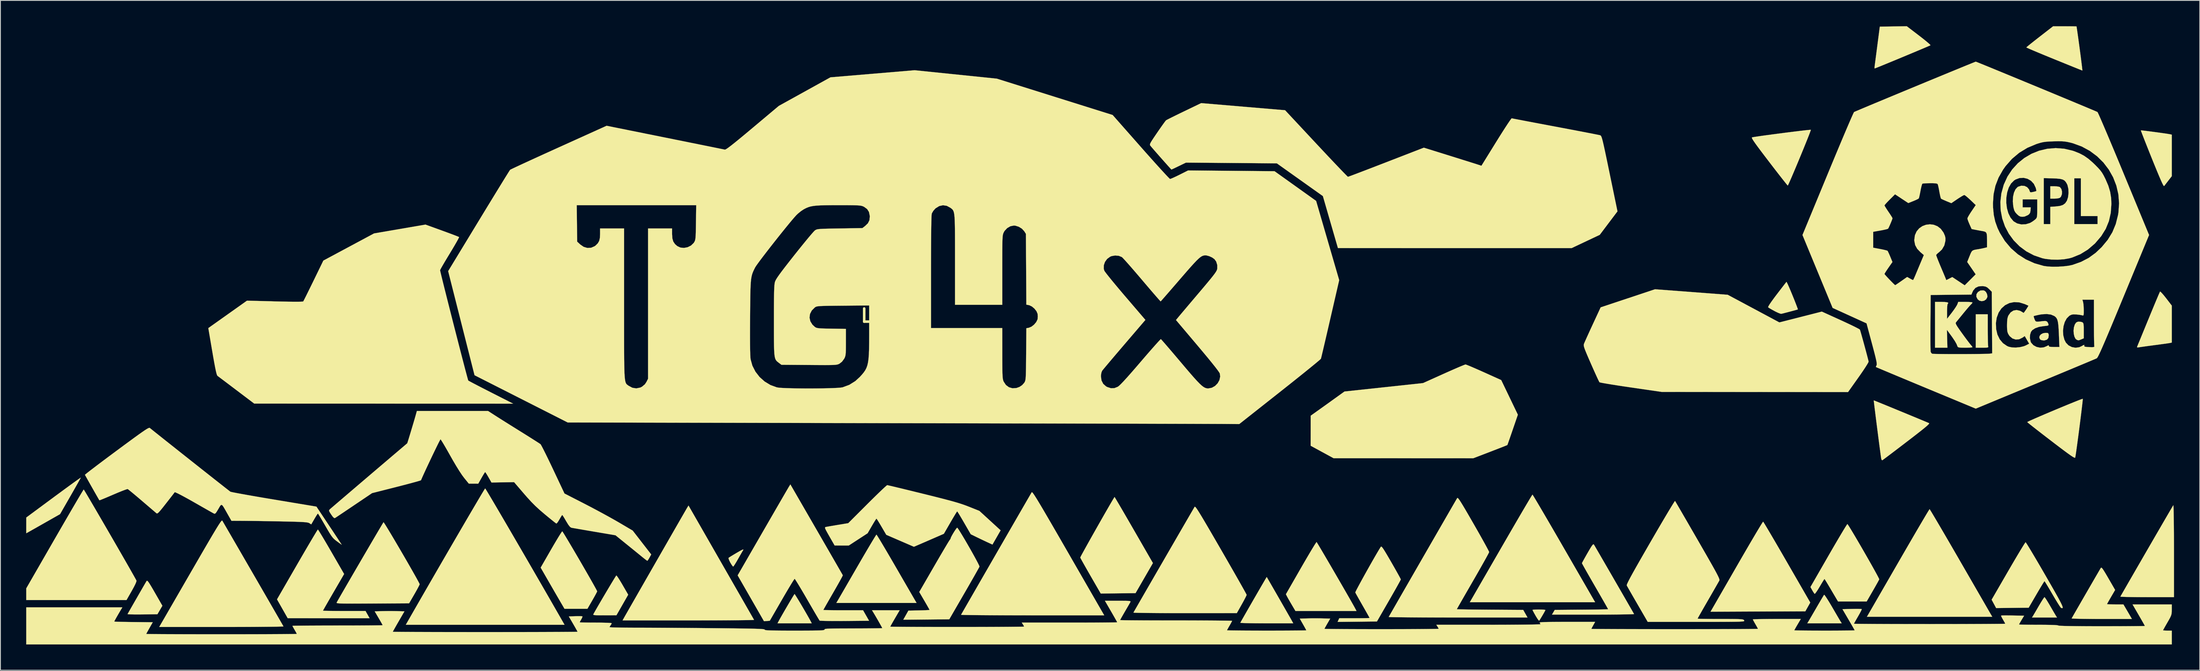
<source format=kicad_pcb>
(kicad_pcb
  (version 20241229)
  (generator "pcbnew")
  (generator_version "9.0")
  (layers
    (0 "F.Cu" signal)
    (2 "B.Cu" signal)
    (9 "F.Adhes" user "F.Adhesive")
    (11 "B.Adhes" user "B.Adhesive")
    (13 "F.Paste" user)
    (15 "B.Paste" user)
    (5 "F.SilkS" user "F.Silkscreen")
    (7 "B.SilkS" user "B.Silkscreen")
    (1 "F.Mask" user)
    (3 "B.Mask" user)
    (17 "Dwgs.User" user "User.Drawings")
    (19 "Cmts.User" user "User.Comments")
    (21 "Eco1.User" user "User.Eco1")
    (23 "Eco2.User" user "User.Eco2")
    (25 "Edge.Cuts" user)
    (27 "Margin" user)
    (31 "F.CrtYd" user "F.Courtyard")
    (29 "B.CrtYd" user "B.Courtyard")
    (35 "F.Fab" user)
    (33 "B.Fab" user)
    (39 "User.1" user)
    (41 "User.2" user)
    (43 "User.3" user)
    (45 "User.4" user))
  (footprint "LOGO"
    (layer "F.Cu")
    (at 100.166 33.706)
    (property "Reference" "LOGO" (at 0 0 0) (layer "F.SilkS") (effects (font (size 1.524 1.524) (thickness 0.3))))
    (attr through_hole)
    (fp_poly (pts (xy 136.253 -15.053) (xy 136.493 -15.008) (xy 136.594 -14.965) (xy 136.755 -14.752) (xy 136.829 -14.456) (xy 136.815 -14.141) (xy 136.713 -13.867) (xy 136.595 -13.737) (xy 136.434 -13.679) (xy 136.17 -13.64) (xy 135.958 -13.631) (xy 135.467 -13.631) (xy 135.467 -15.071) (xy 135.958 -15.071) (xy 136.253 -15.053)) (stroke (width 0.01) (type solid)) (fill yes) (layer "F.SilkS"))
    (fp_poly (pts (xy 127.801 -2.911) (xy 127.968 -2.771) (xy 128.094 -2.535) (xy 128.147 -2.276) (xy 128.135 -2.158) (xy 127.995 -1.903) (xy 127.76 -1.744) (xy 127.478 -1.692) (xy 127.202 -1.757) (xy 127.006 -1.916) (xy 126.853 -2.214) (xy 126.869 -2.5) (xy 127.038 -2.756) (xy 127.324 -2.931) (xy 127.655 -2.951) (xy 127.801 -2.911)) (stroke (width 0.01) (type solid)) (fill yes) (layer "F.SilkS"))
    (fp_poly (pts (xy 128.185 1.644) (xy 128.188 2.188) (xy 128.194 2.679) (xy 128.204 3.091) (xy 128.217 3.396) (xy 128.231 3.568) (xy 128.237 3.591) (xy 128.241 3.656) (xy 128.174 3.696) (xy 128.008 3.717) (xy 127.714 3.725) (xy 127.538 3.725) (xy 126.788 3.725) (xy 126.788 -0.169) (xy 127.487 -0.169) (xy 128.185 -0.169) (xy 128.185 1.644)) (stroke (width 0.01) (type solid)) (fill yes) (layer "F.SilkS"))
    (fp_poly (pts (xy 135.122 2.001) (xy 135.231 2.05) (xy 135.272 2.18) (xy 135.282 2.273) (xy 135.247 2.58) (xy 135.08 2.785) (xy 134.792 2.875) (xy 134.708 2.879) (xy 134.475 2.852) (xy 134.311 2.788) (xy 134.298 2.777) (xy 134.187 2.574) (xy 134.218 2.364) (xy 134.367 2.177) (xy 134.612 2.045) (xy 134.896 1.997) (xy 135.122 2.001)) (stroke (width 0.01) (type solid)) (fill yes) (layer "F.SilkS"))
    (fp_poly (pts (xy -16.675 27.24) (xy -16.696 27.281) (xy -16.786 27.431) (xy -16.937 27.69) (xy -17.127 28.021) (xy -17.309 28.342) (xy -17.505 28.681) (xy -17.676 28.959) (xy -17.803 29.144) (xy -17.866 29.21) (xy -17.939 29.142) (xy -18.064 28.964) (xy -18.202 28.734) (xy -18.33 28.48) (xy -18.4 28.283) (xy -18.4 28.19) (xy -18.303 28.123) (xy -18.092 27.99) (xy -17.796 27.81) (xy -17.451 27.605) (xy -17.077 27.39) (xy -16.832 27.261) (xy -16.702 27.213) (xy -16.675 27.24)) (stroke (width 0.01) (type solid)) (fill yes) (layer "F.SilkS"))
    (fp_poly (pts (xy 76.286 34.212) (xy 76.54 34.229) (xy 76.679 34.254) (xy 76.694 34.269) (xy 76.616 34.421) (xy 76.487 34.651) (xy 76.333 34.917) (xy 76.178 35.175) (xy 76.048 35.384) (xy 75.969 35.5) (xy 75.959 35.51) (xy 75.894 35.458) (xy 75.77 35.29) (xy 75.61 35.036) (xy 75.542 34.921) (xy 75.38 34.632) (xy 75.255 34.402) (xy 75.19 34.268) (xy 75.184 34.25) (xy 75.262 34.231) (xy 75.472 34.215) (xy 75.777 34.207) (xy 75.953 34.205) (xy 76.286 34.212)) (stroke (width 0.01) (type solid)) (fill yes) (layer "F.SilkS"))
    (fp_poly (pts (xy 134.854 32.835) (xy 134.985 33.025) (xy 135.163 33.309) (xy 135.373 33.66) (xy 135.431 33.761) (xy 135.654 34.145) (xy 135.856 34.491) (xy 136.017 34.763) (xy 136.117 34.93) (xy 136.127 34.946) (xy 136.248 35.137) (xy 133.331 35.137) (xy 133.452 34.946) (xy 133.538 34.803) (xy 133.689 34.548) (xy 133.885 34.213) (xy 134.105 33.833) (xy 134.147 33.761) (xy 134.362 33.397) (xy 134.551 33.093) (xy 134.696 32.875) (xy 134.779 32.771) (xy 134.789 32.766) (xy 134.854 32.835)) (stroke (width 0.01) (type solid)) (fill yes) (layer "F.SilkS"))
    (fp_poly (pts (xy -10.668 32.467) (xy -10.547 32.654) (xy -10.371 32.939) (xy -10.155 33.295) (xy -9.914 33.7) (xy -9.663 34.127) (xy -9.416 34.552) (xy -9.188 34.949) (xy -8.993 35.295) (xy -8.847 35.563) (xy -8.838 35.581) (xy -8.716 35.814) (xy -12.704 35.814) (xy -12.583 35.581) (xy -12.465 35.363) (xy -12.291 35.055) (xy -12.078 34.682) (xy -11.84 34.27) (xy -11.592 33.845) (xy -11.349 33.431) (xy -11.126 33.055) (xy -10.938 32.742) (xy -10.8 32.518) (xy -10.727 32.408) (xy -10.72 32.401) (xy -10.668 32.467)) (stroke (width 0.01) (type solid)) (fill yes) (layer "F.SilkS"))
    (fp_poly (pts (xy 109.194 32.535) (xy 109.322 32.711) (xy 109.507 32.993) (xy 109.736 33.361) (xy 109.994 33.794) (xy 110.07 33.925) (xy 110.342 34.393) (xy 110.591 34.82) (xy 110.803 35.182) (xy 110.963 35.454) (xy 111.057 35.609) (xy 111.066 35.623) (xy 111.187 35.814) (xy 107.174 35.814) (xy 107.34 35.539) (xy 107.436 35.377) (xy 107.599 35.099) (xy 107.812 34.732) (xy 108.059 34.308) (xy 108.29 33.909) (xy 108.542 33.476) (xy 108.767 33.092) (xy 108.951 32.783) (xy 109.079 32.572) (xy 109.135 32.486) (xy 109.194 32.535)) (stroke (width 0.01) (type solid)) (fill yes) (layer "F.SilkS"))
    (fp_poly (pts (xy 138.993 0.703) (xy 139.188 0.76) (xy 139.266 0.816) (xy 139.316 0.906) (xy 139.345 1.064) (xy 139.358 1.322) (xy 139.361 1.715) (xy 139.361 1.743) (xy 139.361 2.633) (xy 139.068 2.756) (xy 138.872 2.833) (xy 138.759 2.869) (xy 138.75 2.869) (xy 138.659 2.842) (xy 138.577 2.82) (xy 138.406 2.695) (xy 138.278 2.445) (xy 138.198 2.114) (xy 138.174 1.742) (xy 138.21 1.37) (xy 138.312 1.041) (xy 138.324 1.016) (xy 138.465 0.803) (xy 138.642 0.709) (xy 138.744 0.693) (xy 138.993 0.703)) (stroke (width 0.01) (type solid)) (fill yes) (layer "F.SilkS"))
    (fp_poly (pts (xy -93.851 18.933) (xy -93.966 19.143) (xy -94.144 19.463) (xy -94.375 19.873) (xy -94.648 20.353) (xy -94.952 20.886) (xy -95.017 20.999) (xy -96.224 23.1) (xy -97.832 24.013) (xy -98.329 24.295) (xy -98.798 24.561) (xy -99.212 24.796) (xy -99.542 24.982) (xy -99.762 25.106) (xy -99.801 25.128) (xy -100.161 25.33) (xy -100.158 23.495) (xy -96.984 21.148) (xy -96.342 20.675) (xy -95.743 20.235) (xy -95.202 19.839) (xy -94.73 19.496) (xy -94.342 19.216) (xy -94.05 19.009) (xy -93.869 18.884) (xy -93.811 18.85) (xy -93.851 18.933)) (stroke (width 0.01) (type solid)) (fill yes) (layer "F.SilkS"))
    (fp_poly (pts (xy -86.044 30.882) (xy -85.951 30.985) (xy -85.818 31.18) (xy -85.632 31.481) (xy -85.383 31.904) (xy -85.182 32.254) (xy -84.312 33.768) (xy -84.601 34.262) (xy -84.889 34.756) (xy -86.647 34.779) (xy -87.169 34.782) (xy -87.625 34.78) (xy -87.993 34.772) (xy -88.247 34.759) (xy -88.363 34.742) (xy -88.367 34.736) (xy -88.171 34.391) (xy -87.934 33.975) (xy -87.668 33.511) (xy -87.388 33.023) (xy -87.107 32.534) (xy -86.839 32.068) (xy -86.597 31.649) (xy -86.394 31.299) (xy -86.244 31.042) (xy -86.16 30.901) (xy -86.15 30.885) (xy -86.106 30.853) (xy -86.044 30.882)) (stroke (width 0.01) (type solid)) (fill yes) (layer "F.SilkS"))
    (fp_poly (pts (xy -31.402 30.301) (xy -31.27 30.485) (xy -31.088 30.768) (xy -30.871 31.125) (xy -30.74 31.349) (xy -30.085 32.481) (xy -30.769 33.679) (xy -31.454 34.876) (xy -32.832 34.879) (xy -33.344 34.88) (xy -33.708 34.875) (xy -33.947 34.864) (xy -34.085 34.844) (xy -34.144 34.812) (xy -34.145 34.766) (xy -34.131 34.734) (xy -33.975 34.454) (xy -33.765 34.086) (xy -33.513 33.652) (xy -33.233 33.172) (xy -32.937 32.667) (xy -32.637 32.16) (xy -32.346 31.671) (xy -32.077 31.221) (xy -31.842 30.832) (xy -31.653 30.524) (xy -31.524 30.32) (xy -31.467 30.24) (xy -31.467 30.24) (xy -31.402 30.301)) (stroke (width 0.01) (type solid)) (fill yes) (layer "F.SilkS"))
    (fp_poly (pts (xy 50.101 26.424) (xy 50.227 26.629) (xy 50.417 26.947) (xy 50.664 27.363) (xy 50.956 27.86) (xy 51.285 28.422) (xy 51.642 29.031) (xy 52.015 29.673) (xy 52.396 30.329) (xy 52.776 30.985) (xy 53.145 31.622) (xy 53.493 32.226) (xy 53.81 32.779) (xy 54.088 33.265) (xy 54.316 33.668) (xy 54.485 33.971) (xy 54.577 34.142) (xy 54.699 34.375) (xy 47.589 34.375) (xy 47.169 33.664) (xy 46.97 33.323) (xy 46.789 33.008) (xy 46.654 32.766) (xy 46.614 32.69) (xy 46.478 32.428) (xy 48.229 29.377) (xy 48.606 28.724) (xy 48.959 28.12) (xy 49.277 27.58) (xy 49.553 27.12) (xy 49.777 26.753) (xy 49.94 26.497) (xy 50.033 26.365) (xy 50.05 26.35) (xy 50.101 26.424)) (stroke (width 0.01) (type solid)) (fill yes) (layer "F.SilkS"))
    (fp_poly (pts (xy 146.095 -21.573) (xy 146.319 -21.549) (xy 146.649 -21.51) (xy 147.055 -21.459) (xy 147.506 -21.4) (xy 147.972 -21.338) (xy 148.421 -21.275) (xy 148.825 -21.218) (xy 149.15 -21.168) (xy 149.368 -21.131) (xy 149.416 -21.122) (xy 149.606 -21.079) (xy 149.606 -16.243) (xy 149.204 -15.725) (xy 149 -15.461) (xy 148.829 -15.24) (xy 148.724 -15.104) (xy 148.716 -15.093) (xy 148.675 -15.109) (xy 148.599 -15.227) (xy 148.483 -15.456) (xy 148.325 -15.803) (xy 148.121 -16.278) (xy 147.866 -16.888) (xy 147.557 -17.642) (xy 147.305 -18.264) (xy 147.023 -18.966) (xy 146.763 -19.618) (xy 146.531 -20.203) (xy 146.333 -20.706) (xy 146.177 -21.109) (xy 146.068 -21.397) (xy 146.013 -21.553) (xy 146.008 -21.576) (xy 146.095 -21.573)) (stroke (width 0.01) (type solid)) (fill yes) (layer "F.SilkS"))
    (fp_poly (pts (xy 102.089 24.055) (xy 102.22 24.265) (xy 102.42 24.597) (xy 102.683 25.039) (xy 103.001 25.578) (xy 103.367 26.202) (xy 103.773 26.899) (xy 104.213 27.656) (xy 104.678 28.461) (xy 104.815 28.698) (xy 107.523 33.393) (xy 106.948 34.417) (xy 101.429 34.439) (xy 95.91 34.461) (xy 96.07 34.185) (xy 96.139 34.066) (xy 96.285 33.813) (xy 96.501 33.439) (xy 96.779 32.956) (xy 97.112 32.378) (xy 97.493 31.718) (xy 97.913 30.988) (xy 98.367 30.201) (xy 98.846 29.369) (xy 99.098 28.932) (xy 99.583 28.092) (xy 100.044 27.298) (xy 100.474 26.56) (xy 100.867 25.892) (xy 101.214 25.304) (xy 101.51 24.81) (xy 101.747 24.419) (xy 101.918 24.145) (xy 102.016 24) (xy 102.036 23.979) (xy 102.089 24.055)) (stroke (width 0.01) (type solid)) (fill yes) (layer "F.SilkS"))
    (fp_poly (pts (xy 120.17 -32.623) (xy 120.586 -32.301) (xy 120.947 -32.011) (xy 121.235 -31.77) (xy 121.431 -31.594) (xy 121.517 -31.499) (xy 121.517 -31.487) (xy 121.431 -31.446) (xy 121.208 -31.348) (xy 120.868 -31.203) (xy 120.433 -31.019) (xy 119.922 -30.804) (xy 119.354 -30.566) (xy 118.751 -30.315) (xy 118.132 -30.057) (xy 117.518 -29.802) (xy 116.928 -29.559) (xy 116.382 -29.334) (xy 115.902 -29.137) (xy 115.506 -28.976) (xy 115.215 -28.86) (xy 115.049 -28.796) (xy 115.018 -28.787) (xy 115.005 -28.861) (xy 115.017 -29.049) (xy 115.029 -29.146) (xy 115.053 -29.331) (xy 115.096 -29.655) (xy 115.153 -30.09) (xy 115.221 -30.609) (xy 115.296 -31.183) (xy 115.347 -31.581) (xy 115.617 -33.655) (xy 117.188 -33.678) (xy 118.759 -33.701) (xy 120.17 -32.623)) (stroke (width 0.01) (type solid)) (fill yes) (layer "F.SilkS"))
    (fp_poly (pts (xy 26.577 21.174) (xy 26.699 21.374) (xy 26.889 21.694) (xy 27.14 22.121) (xy 27.444 22.64) (xy 27.792 23.239) (xy 28.178 23.905) (xy 28.593 24.623) (xy 28.777 24.941) (xy 30.999 28.797) (xy 29.987 30.549) (xy 28.976 32.3) (xy 24.924 32.346) (xy 23.744 30.3) (xy 23.436 29.763) (xy 23.156 29.272) (xy 22.915 28.847) (xy 22.725 28.506) (xy 22.596 28.27) (xy 22.54 28.159) (xy 22.539 28.155) (xy 22.577 28.071) (xy 22.688 27.858) (xy 22.865 27.534) (xy 23.096 27.115) (xy 23.371 26.62) (xy 23.681 26.066) (xy 24.016 25.471) (xy 24.366 24.852) (xy 24.721 24.226) (xy 25.07 23.612) (xy 25.404 23.027) (xy 25.714 22.489) (xy 25.988 22.014) (xy 26.217 21.621) (xy 26.392 21.327) (xy 26.501 21.15) (xy 26.532 21.107) (xy 26.577 21.174)) (stroke (width 0.01) (type solid)) (fill yes) (layer "F.SilkS"))
    (fp_poly (pts (xy 148.312 -2.774) (xy 148.462 -2.623) (xy 148.671 -2.382) (xy 148.917 -2.074) (xy 148.953 -2.029) (xy 149.606 -1.182) (xy 149.606 3.129) (xy 149.416 3.172) (xy 149.275 3.195) (xy 148.995 3.237) (xy 148.607 3.291) (xy 148.138 3.354) (xy 147.62 3.423) (xy 147.574 3.429) (xy 147.051 3.498) (xy 146.576 3.563) (xy 146.177 3.618) (xy 145.884 3.662) (xy 145.728 3.688) (xy 145.722 3.689) (xy 145.578 3.698) (xy 145.567 3.624) (xy 145.608 3.524) (xy 145.706 3.284) (xy 145.855 2.923) (xy 146.046 2.457) (xy 146.273 1.903) (xy 146.529 1.28) (xy 146.806 0.605) (xy 146.898 0.381) (xy 147.181 -0.305) (xy 147.445 -0.943) (xy 147.683 -1.515) (xy 147.888 -2.003) (xy 148.053 -2.392) (xy 148.171 -2.663) (xy 148.234 -2.801) (xy 148.242 -2.814) (xy 148.312 -2.774)) (stroke (width 0.01) (type solid)) (fill yes) (layer "F.SilkS"))
    (fp_poly (pts (xy 149.8 22.128) (xy 149.812 22.352) (xy 149.823 22.718) (xy 149.833 23.213) (xy 149.842 23.823) (xy 149.849 24.535) (xy 149.855 25.336) (xy 149.858 26.211) (xy 149.86 27.148) (xy 149.86 27.373) (xy 149.86 32.766) (xy 146.722 32.766) (xy 146.014 32.764) (xy 145.364 32.76) (xy 144.79 32.752) (xy 144.31 32.743) (xy 143.943 32.731) (xy 143.707 32.718) (xy 143.621 32.704) (xy 143.621 32.703) (xy 143.912 32.195) (xy 144.251 31.605) (xy 144.631 30.946) (xy 145.043 30.233) (xy 145.479 29.477) (xy 145.932 28.694) (xy 146.393 27.896) (xy 146.855 27.097) (xy 147.31 26.312) (xy 147.75 25.552) (xy 148.168 24.833) (xy 148.554 24.167) (xy 148.902 23.569) (xy 149.204 23.051) (xy 149.451 22.628) (xy 149.636 22.312) (xy 149.751 22.119) (xy 149.788 22.06) (xy 149.8 22.128)) (stroke (width 0.01) (type solid)) (fill yes) (layer "F.SilkS"))
    (fp_poly (pts (xy -1.131 25.556) (xy -1.001 25.76) (xy -0.803 26.083) (xy -0.546 26.512) (xy -0.237 27.032) (xy 0.115 27.629) (xy 0.502 28.291) (xy 0.915 29.002) (xy 1.023 29.189) (xy 1.447 29.921) (xy 1.849 30.617) (xy 2.221 31.26) (xy 2.554 31.835) (xy 2.839 32.327) (xy 3.068 32.721) (xy 3.231 33.002) (xy 3.319 33.155) (xy 3.327 33.168) (xy 3.488 33.443) (xy -5.859 33.443) (xy -5.698 33.168) (xy -5.624 33.042) (xy -5.475 32.784) (xy -5.258 32.411) (xy -4.983 31.936) (xy -4.659 31.375) (xy -4.294 30.744) (xy -3.897 30.058) (xy -3.476 29.331) (xy -3.394 29.189) (xy -2.975 28.467) (xy -2.581 27.791) (xy -2.219 27.176) (xy -1.899 26.635) (xy -1.627 26.182) (xy -1.413 25.831) (xy -1.265 25.595) (xy -1.191 25.489) (xy -1.185 25.485) (xy -1.131 25.556)) (stroke (width 0.01) (type solid)) (fill yes) (layer "F.SilkS"))
    (fp_poly (pts (xy 104.794 -3.88) (xy 104.89 -3.683) (xy 105.029 -3.375) (xy 105.201 -2.976) (xy 105.395 -2.51) (xy 105.452 -2.371) (xy 105.649 -1.886) (xy 105.818 -1.456) (xy 105.952 -1.107) (xy 106.042 -0.86) (xy 106.079 -0.74) (xy 106.078 -0.733) (xy 105.99 -0.704) (xy 105.778 -0.644) (xy 105.481 -0.564) (xy 105.139 -0.473) (xy 104.792 -0.382) (xy 104.479 -0.301) (xy 104.239 -0.242) (xy 104.14 -0.219) (xy 104.012 -0.246) (xy 103.778 -0.338) (xy 103.482 -0.479) (xy 103.358 -0.544) (xy 103.053 -0.712) (xy 102.802 -0.857) (xy 102.647 -0.957) (xy 102.62 -0.978) (xy 102.641 -1.076) (xy 102.768 -1.298) (xy 103.001 -1.64) (xy 103.335 -2.099) (xy 103.623 -2.48) (xy 103.948 -2.904) (xy 104.238 -3.281) (xy 104.477 -3.592) (xy 104.651 -3.815) (xy 104.742 -3.93) (xy 104.751 -3.941) (xy 104.794 -3.88)) (stroke (width 0.01) (type solid)) (fill yes) (layer "F.SilkS"))
    (fp_poly (pts (xy -66.155 24.963) (xy -66.025 25.164) (xy -65.832 25.479) (xy -65.584 25.891) (xy -65.292 26.384) (xy -64.966 26.941) (xy -64.652 27.482) (xy -63.155 30.072) (xy -64.386 32.188) (xy -64.7 32.73) (xy -64.985 33.223) (xy -65.229 33.648) (xy -65.423 33.987) (xy -65.554 34.222) (xy -65.614 34.333) (xy -65.617 34.34) (xy -65.535 34.349) (xy -65.306 34.357) (xy -64.949 34.364) (xy -64.486 34.369) (xy -63.937 34.373) (xy -63.323 34.375) (xy -63.14 34.375) (xy -60.664 34.375) (xy -60.426 34.798) (xy -60.188 35.221) (xy -64.956 35.219) (xy -69.723 35.218) (xy -70.346 34.12) (xy -70.969 33.023) (xy -68.621 28.958) (xy -68.182 28.2) (xy -67.768 27.489) (xy -67.386 26.836) (xy -67.044 26.256) (xy -66.75 25.761) (xy -66.512 25.365) (xy -66.338 25.081) (xy -66.235 24.922) (xy -66.21 24.892) (xy -66.155 24.963)) (stroke (width 0.01) (type solid)) (fill yes) (layer "F.SilkS"))
    (fp_poly (pts (xy -37.707 25.174) (xy -37.578 25.375) (xy -37.386 25.687) (xy -37.141 26.095) (xy -36.852 26.58) (xy -36.53 27.124) (xy -36.185 27.712) (xy -35.827 28.324) (xy -35.467 28.944) (xy -35.114 29.555) (xy -34.778 30.138) (xy -34.47 30.677) (xy -34.2 31.153) (xy -33.978 31.551) (xy -33.814 31.851) (xy -33.718 32.037) (xy -33.697 32.09) (xy -33.738 32.186) (xy -33.848 32.398) (xy -34.012 32.698) (xy -34.215 33.056) (xy -34.264 33.141) (xy -34.831 34.121) (xy -37.502 34.121) (xy -37.96 33.337) (xy -38.145 33.019) (xy -38.394 32.591) (xy -38.684 32.09) (xy -38.994 31.553) (xy -39.303 31.017) (xy -39.347 30.941) (xy -40.276 29.328) (xy -39.06 27.216) (xy -38.746 26.675) (xy -38.456 26.186) (xy -38.203 25.766) (xy -37.996 25.434) (xy -37.847 25.208) (xy -37.768 25.107) (xy -37.761 25.104) (xy -37.707 25.174)) (stroke (width 0.01) (type solid)) (fill yes) (layer "F.SilkS"))
    (fp_poly (pts (xy 44.293 30.495) (xy 44.411 30.698) (xy 44.59 31.007) (xy 44.817 31.402) (xy 45.083 31.863) (xy 45.374 32.369) (xy 45.679 32.9) (xy 45.986 33.436) (xy 46.284 33.956) (xy 46.562 34.441) (xy 46.806 34.869) (xy 47.007 35.22) (xy 47.151 35.475) (xy 47.228 35.612) (xy 47.234 35.623) (xy 47.335 35.814) (xy 44.236 35.814) (xy 43.533 35.812) (xy 42.887 35.808) (xy 42.317 35.8) (xy 41.842 35.79) (xy 41.481 35.779) (xy 41.251 35.765) (xy 41.171 35.751) (xy 41.171 35.751) (xy 41.25 35.607) (xy 41.396 35.348) (xy 41.598 34.994) (xy 41.844 34.563) (xy 42.124 34.075) (xy 42.425 33.552) (xy 42.736 33.011) (xy 43.047 32.474) (xy 43.344 31.96) (xy 43.618 31.488) (xy 43.856 31.079) (xy 44.047 30.752) (xy 44.18 30.527) (xy 44.244 30.424) (xy 44.247 30.419) (xy 44.293 30.495)) (stroke (width 0.01) (type solid)) (fill yes) (layer "F.SilkS"))
    (fp_poly (pts (xy -93.422 20.306) (xy -93.297 20.51) (xy -93.104 20.833) (xy -92.851 21.26) (xy -92.547 21.778) (xy -92.199 22.372) (xy -91.817 23.028) (xy -91.407 23.732) (xy -90.978 24.471) (xy -90.538 25.229) (xy -90.096 25.993) (xy -89.659 26.749) (xy -89.236 27.483) (xy -88.835 28.18) (xy -88.464 28.826) (xy -88.132 29.408) (xy -87.846 29.911) (xy -87.614 30.321) (xy -87.445 30.624) (xy -87.347 30.806) (xy -87.327 30.848) (xy -87.348 30.976) (xy -87.451 31.227) (xy -87.628 31.581) (xy -87.868 32.018) (xy -87.882 32.043) (xy -88.489 33.105) (xy -100.161 33.105) (xy -100.161 31.745) (xy -96.846 25.99) (xy -96.323 25.085) (xy -95.825 24.224) (xy -95.357 23.418) (xy -94.926 22.677) (xy -94.538 22.014) (xy -94.2 21.438) (xy -93.919 20.962) (xy -93.7 20.597) (xy -93.55 20.353) (xy -93.477 20.241) (xy -93.471 20.235) (xy -93.422 20.306)) (stroke (width 0.01) (type solid)) (fill yes) (layer "F.SilkS"))
    (fp_poly (pts (xy 137.613 -33.696) (xy 138.006 -33.693) (xy 138.305 -33.687) (xy 138.482 -33.681) (xy 138.518 -33.676) (xy 138.561 -33.406) (xy 138.617 -33.027) (xy 138.683 -32.562) (xy 138.756 -32.036) (xy 138.833 -31.474) (xy 138.91 -30.899) (xy 138.984 -30.336) (xy 139.052 -29.81) (xy 139.111 -29.344) (xy 139.157 -28.964) (xy 139.187 -28.692) (xy 139.199 -28.555) (xy 139.197 -28.543) (xy 139.111 -28.576) (xy 138.885 -28.666) (xy 138.535 -28.807) (xy 138.078 -28.991) (xy 137.531 -29.212) (xy 136.911 -29.464) (xy 136.233 -29.739) (xy 135.911 -29.87) (xy 135.215 -30.154) (xy 134.571 -30.419) (xy 133.995 -30.659) (xy 133.502 -30.866) (xy 133.11 -31.034) (xy 132.835 -31.156) (xy 132.693 -31.224) (xy 132.677 -31.236) (xy 132.743 -31.299) (xy 132.924 -31.451) (xy 133.201 -31.675) (xy 133.557 -31.958) (xy 133.972 -32.284) (xy 134.238 -32.491) (xy 135.793 -33.697) (xy 137.154 -33.697) (xy 137.613 -33.696)) (stroke (width 0.01) (type solid)) (fill yes) (layer "F.SilkS"))
    (fp_poly (pts (xy -46.686 20.18) (xy -46.556 20.388) (xy -46.354 20.722) (xy -46.086 21.172) (xy -45.757 21.728) (xy -45.374 22.379) (xy -44.942 23.115) (xy -44.468 23.925) (xy -43.957 24.8) (xy -43.416 25.729) (xy -42.85 26.702) (xy -42.265 27.708) (xy -41.668 28.737) (xy -41.065 29.779) (xy -40.461 30.824) (xy -39.862 31.861) (xy -39.275 32.879) (xy -38.706 33.87) (xy -38.159 34.822) (xy -37.773 35.496) (xy -37.495 35.983) (xy -55.977 35.983) (xy -55.699 35.496) (xy -55.213 34.646) (xy -54.693 33.741) (xy -54.147 32.791) (xy -53.581 31.809) (xy -53 30.803) (xy -52.411 29.784) (xy -51.82 28.763) (xy -51.233 27.751) (xy -50.656 26.759) (xy -50.095 25.795) (xy -49.557 24.872) (xy -49.048 24) (xy -48.573 23.188) (xy -48.139 22.449) (xy -47.752 21.792) (xy -47.419 21.227) (xy -47.144 20.766) (xy -46.935 20.419) (xy -46.798 20.197) (xy -46.738 20.109) (xy -46.736 20.108) (xy -46.686 20.18)) (stroke (width 0.01) (type solid)) (fill yes) (layer "F.SilkS"))
    (fp_poly (pts (xy 67.502 5.712) (xy 67.744 5.807) (xy 68.096 5.955) (xy 68.536 6.145) (xy 69.042 6.367) (xy 69.534 6.587) (xy 71.545 7.493) (xy 72.514 9.508) (xy 73.483 11.524) (xy 72.882 13.276) (xy 72.706 13.788) (xy 72.548 14.244) (xy 72.417 14.62) (xy 72.32 14.892) (xy 72.267 15.037) (xy 72.26 15.055) (xy 72.178 15.091) (xy 71.96 15.179) (xy 71.626 15.311) (xy 71.199 15.477) (xy 70.7 15.67) (xy 70.265 15.838) (xy 68.291 16.595) (xy 60.159 16.592) (xy 52.028 16.59) (xy 50.694 15.864) (xy 49.361 15.138) (xy 49.363 13.39) (xy 49.365 11.642) (xy 50.146 11.086) (xy 50.496 10.836) (xy 50.937 10.521) (xy 51.422 10.174) (xy 51.904 9.827) (xy 52.112 9.678) (xy 53.298 8.825) (xy 57.87 8.335) (xy 62.442 7.844) (xy 64.853 6.759) (xy 65.452 6.491) (xy 66.006 6.247) (xy 66.493 6.036) (xy 66.895 5.866) (xy 67.191 5.746) (xy 67.362 5.684) (xy 67.393 5.677) (xy 67.502 5.712)) (stroke (width 0.01) (type solid)) (fill yes) (layer "F.SilkS"))
    (fp_poly (pts (xy 75.235 20.9) (xy 75.364 21.107) (xy 75.564 21.44) (xy 75.83 21.886) (xy 76.154 22.436) (xy 76.531 23.079) (xy 76.954 23.803) (xy 77.417 24.597) (xy 77.913 25.452) (xy 78.436 26.355) (xy 78.703 26.818) (xy 79.241 27.749) (xy 79.757 28.643) (xy 80.244 29.487) (xy 80.696 30.27) (xy 81.107 30.981) (xy 81.47 31.609) (xy 81.777 32.141) (xy 82.022 32.566) (xy 82.2 32.873) (xy 82.302 33.05) (xy 82.322 33.084) (xy 82.482 33.359) (xy 67.886 33.359) (xy 68.046 33.084) (xy 68.113 32.969) (xy 68.257 32.719) (xy 68.473 32.345) (xy 68.754 31.86) (xy 69.092 31.273) (xy 69.482 30.598) (xy 69.917 29.846) (xy 70.389 29.027) (xy 70.893 28.155) (xy 71.422 27.239) (xy 71.665 26.818) (xy 72.199 25.895) (xy 72.709 25.015) (xy 73.189 24.189) (xy 73.632 23.429) (xy 74.033 22.744) (xy 74.384 22.147) (xy 74.68 21.648) (xy 74.913 21.257) (xy 75.079 20.986) (xy 75.169 20.846) (xy 75.184 20.828) (xy 75.235 20.9)) (stroke (width 0.01) (type solid)) (fill yes) (layer "F.SilkS"))
    (fp_poly (pts (xy 121.463 22.593) (xy 121.592 22.8) (xy 121.792 23.133) (xy 122.058 23.58) (xy 122.382 24.13) (xy 122.759 24.772) (xy 123.182 25.496) (xy 123.645 26.291) (xy 124.141 27.145) (xy 124.664 28.048) (xy 124.931 28.512) (xy 125.469 29.443) (xy 125.985 30.336) (xy 126.472 31.18) (xy 126.924 31.964) (xy 127.335 32.675) (xy 127.698 33.302) (xy 128.005 33.834) (xy 128.25 34.259) (xy 128.428 34.566) (xy 128.53 34.743) (xy 128.55 34.777) (xy 128.71 35.052) (xy 114.114 35.052) (xy 114.274 34.777) (xy 114.341 34.662) (xy 114.485 34.412) (xy 114.701 34.038) (xy 114.982 33.553) (xy 115.32 32.967) (xy 115.71 32.292) (xy 116.145 31.539) (xy 116.617 30.721) (xy 117.121 29.848) (xy 117.65 28.932) (xy 117.893 28.512) (xy 118.427 27.588) (xy 118.937 26.708) (xy 119.417 25.882) (xy 119.86 25.122) (xy 120.261 24.438) (xy 120.612 23.841) (xy 120.908 23.341) (xy 121.141 22.951) (xy 121.307 22.68) (xy 121.397 22.539) (xy 121.412 22.521) (xy 121.463 22.593)) (stroke (width 0.01) (type solid)) (fill yes) (layer "F.SilkS"))
    (fp_poly (pts (xy 141.458 29.359) (xy 141.553 29.467) (xy 141.691 29.67) (xy 141.884 29.984) (xy 142.144 30.425) (xy 142.229 30.573) (xy 143.013 31.928) (xy 142.542 32.733) (xy 142.352 33.06) (xy 142.199 33.331) (xy 142.099 33.513) (xy 142.071 33.575) (xy 142.15 33.59) (xy 142.364 33.602) (xy 142.681 33.61) (xy 143.025 33.613) (xy 143.978 33.613) (xy 144.24 34.057) (xy 144.434 34.388) (xy 144.638 34.737) (xy 144.734 34.904) (xy 144.965 35.306) (xy 141.439 35.306) (xy 140.686 35.305) (xy 139.99 35.3) (xy 139.368 35.294) (xy 138.837 35.285) (xy 138.415 35.275) (xy 138.119 35.263) (xy 137.965 35.249) (xy 137.948 35.242) (xy 138.082 35.007) (xy 138.277 34.666) (xy 138.523 34.239) (xy 138.808 33.745) (xy 139.12 33.203) (xy 139.449 32.633) (xy 139.784 32.054) (xy 140.113 31.485) (xy 140.426 30.945) (xy 140.71 30.454) (xy 140.956 30.032) (xy 141.151 29.696) (xy 141.285 29.467) (xy 141.347 29.365) (xy 141.348 29.362) (xy 141.393 29.33) (xy 141.458 29.359)) (stroke (width 0.01) (type solid)) (fill yes) (layer "F.SilkS"))
    (fp_poly (pts (xy 107.588 -21.642) (xy 107.567 -21.556) (xy 107.488 -21.335) (xy 107.359 -20.998) (xy 107.188 -20.565) (xy 106.984 -20.057) (xy 106.755 -19.492) (xy 106.509 -18.891) (xy 106.254 -18.275) (xy 105.999 -17.662) (xy 105.752 -17.074) (xy 105.521 -16.529) (xy 105.315 -16.048) (xy 105.142 -15.652) (xy 105.009 -15.359) (xy 104.926 -15.189) (xy 104.902 -15.155) (xy 104.84 -15.22) (xy 104.686 -15.406) (xy 104.452 -15.699) (xy 104.148 -16.084) (xy 103.786 -16.547) (xy 103.377 -17.075) (xy 102.932 -17.654) (xy 102.722 -17.928) (xy 102.184 -18.633) (xy 101.743 -19.216) (xy 101.393 -19.686) (xy 101.124 -20.056) (xy 100.93 -20.336) (xy 100.804 -20.535) (xy 100.737 -20.666) (xy 100.723 -20.738) (xy 100.74 -20.76) (xy 100.859 -20.786) (xy 101.12 -20.829) (xy 101.501 -20.886) (xy 101.981 -20.955) (xy 102.538 -21.031) (xy 103.15 -21.113) (xy 103.797 -21.198) (xy 104.455 -21.283) (xy 105.104 -21.366) (xy 105.721 -21.442) (xy 106.285 -21.511) (xy 106.774 -21.568) (xy 107.168 -21.611) (xy 107.443 -21.637) (xy 107.578 -21.644) (xy 107.588 -21.642)) (stroke (width 0.01) (type solid)) (fill yes) (layer "F.SilkS"))
    (fp_poly (pts (xy 139.243 9.766) (xy 139.221 10.001) (xy 139.181 10.361) (xy 139.127 10.824) (xy 139.061 11.368) (xy 138.986 11.971) (xy 138.905 12.612) (xy 138.821 13.27) (xy 138.735 13.922) (xy 138.652 14.546) (xy 138.574 15.122) (xy 138.504 15.627) (xy 138.444 16.04) (xy 138.397 16.339) (xy 138.367 16.503) (xy 138.361 16.523) (xy 138.323 16.541) (xy 138.233 16.511) (xy 138.081 16.426) (xy 137.856 16.278) (xy 137.548 16.06) (xy 137.145 15.765) (xy 136.638 15.385) (xy 136.015 14.912) (xy 135.553 14.558) (xy 134.958 14.102) (xy 134.406 13.676) (xy 133.912 13.292) (xy 133.49 12.962) (xy 133.153 12.696) (xy 132.917 12.505) (xy 132.796 12.401) (xy 132.782 12.386) (xy 132.853 12.342) (xy 133.061 12.241) (xy 133.386 12.094) (xy 133.809 11.908) (xy 134.308 11.692) (xy 134.866 11.453) (xy 135.461 11.201) (xy 136.074 10.943) (xy 136.685 10.688) (xy 137.275 10.444) (xy 137.822 10.22) (xy 138.309 10.024) (xy 138.713 9.863) (xy 139.017 9.747) (xy 139.199 9.684) (xy 139.244 9.676) (xy 139.243 9.766)) (stroke (width 0.01) (type solid)) (fill yes) (layer "F.SilkS"))
    (fp_poly (pts (xy 114.993 9.888) (xy 115.208 9.973) (xy 115.539 10.107) (xy 115.968 10.282) (xy 116.474 10.488) (xy 117.037 10.719) (xy 117.638 10.967) (xy 118.258 11.222) (xy 118.875 11.477) (xy 119.471 11.723) (xy 120.026 11.953) (xy 120.52 12.159) (xy 120.933 12.331) (xy 121.245 12.463) (xy 121.352 12.509) (xy 121.365 12.545) (xy 121.314 12.622) (xy 121.19 12.748) (xy 120.983 12.93) (xy 120.683 13.178) (xy 120.28 13.498) (xy 119.766 13.899) (xy 119.131 14.389) (xy 118.738 14.69) (xy 118.14 15.147) (xy 117.583 15.572) (xy 117.081 15.953) (xy 116.65 16.279) (xy 116.303 16.54) (xy 116.055 16.724) (xy 115.921 16.821) (xy 115.901 16.834) (xy 115.832 16.784) (xy 115.788 16.664) (xy 115.766 16.53) (xy 115.727 16.256) (xy 115.674 15.865) (xy 115.608 15.378) (xy 115.534 14.816) (xy 115.454 14.202) (xy 115.371 13.557) (xy 115.287 12.902) (xy 115.205 12.259) (xy 115.128 11.649) (xy 115.059 11.095) (xy 115 10.618) (xy 114.955 10.239) (xy 114.925 9.981) (xy 114.915 9.863) (xy 114.915 9.859) (xy 114.993 9.888)) (stroke (width 0.01) (type solid)) (fill yes) (layer "F.SilkS"))
    (fp_poly (pts (xy -19.265 28.724) (xy -18.707 29.698) (xy -18.172 30.63) (xy -17.668 31.511) (xy -17.199 32.328) (xy -16.773 33.072) (xy -16.394 33.733) (xy -16.07 34.299) (xy -15.806 34.76) (xy -15.607 35.107) (xy -15.481 35.327) (xy -15.433 35.412) (xy -15.433 35.412) (xy -15.511 35.421) (xy -15.746 35.43) (xy -16.127 35.438) (xy -16.641 35.446) (xy -17.278 35.453) (xy -18.025 35.46) (xy -18.87 35.465) (xy -19.801 35.469) (xy -20.807 35.472) (xy -21.876 35.475) (xy -22.996 35.475) (xy -23.07 35.475) (xy -30.74 35.475) (xy -30.639 35.285) (xy -30.578 35.175) (xy -30.44 34.932) (xy -30.232 34.569) (xy -29.964 34.098) (xy -29.641 33.534) (xy -29.271 32.888) (xy -28.863 32.175) (xy -28.423 31.408) (xy -27.96 30.599) (xy -27.48 29.763) (xy -26.992 28.912) (xy -26.503 28.059) (xy -26.02 27.217) (xy -25.551 26.401) (xy -25.104 25.622) (xy -24.686 24.895) (xy -24.305 24.232) (xy -23.968 23.647) (xy -23.683 23.152) (xy -23.458 22.762) (xy -23.3 22.488) (xy -23.216 22.345) (xy -23.208 22.331) (xy -23.064 22.099) (xy -19.265 28.724)) (stroke (width 0.01) (type solid)) (fill yes) (layer "F.SilkS"))
    (fp_poly (pts (xy 132.646 26.445) (xy 132.779 26.649) (xy 132.98 26.974) (xy 133.24 27.404) (xy 133.551 27.926) (xy 133.906 28.527) (xy 134.296 29.193) (xy 134.712 29.911) (xy 134.87 30.184) (xy 135.37 31.052) (xy 135.79 31.784) (xy 136.135 32.392) (xy 136.409 32.886) (xy 136.618 33.276) (xy 136.767 33.573) (xy 136.862 33.788) (xy 136.906 33.931) (xy 136.906 34.014) (xy 136.867 34.046) (xy 136.793 34.039) (xy 136.711 34.011) (xy 136.64 33.928) (xy 136.499 33.721) (xy 136.303 33.412) (xy 136.065 33.022) (xy 135.8 32.574) (xy 135.721 32.438) (xy 135.454 31.982) (xy 135.215 31.579) (xy 135.017 31.253) (xy 134.874 31.023) (xy 134.797 30.913) (xy 134.789 30.906) (xy 134.736 30.976) (xy 134.611 31.171) (xy 134.428 31.47) (xy 134.2 31.851) (xy 133.939 32.294) (xy 133.848 32.45) (xy 132.949 33.994) (xy 129.159 34.036) (xy 128.897 33.549) (xy 128.635 33.062) (xy 130.571 29.718) (xy 130.97 29.033) (xy 131.344 28.395) (xy 131.685 27.819) (xy 131.985 27.319) (xy 132.234 26.911) (xy 132.424 26.607) (xy 132.546 26.424) (xy 132.589 26.374) (xy 132.646 26.445)) (stroke (width 0.01) (type solid)) (fill yes) (layer "F.SilkS"))
    (fp_poly (pts (xy -58.516 24.106) (xy -58.389 24.299) (xy -58.199 24.605) (xy -57.954 25.007) (xy -57.665 25.488) (xy -57.342 26.032) (xy -56.995 26.621) (xy -56.633 27.238) (xy -56.266 27.867) (xy -55.905 28.489) (xy -55.56 29.089) (xy -55.239 29.65) (xy -54.954 30.153) (xy -54.713 30.583) (xy -54.528 30.923) (xy -54.407 31.154) (xy -54.361 31.261) (xy -54.36 31.264) (xy -54.403 31.371) (xy -54.516 31.596) (xy -54.684 31.908) (xy -54.892 32.278) (xy -54.978 32.427) (xy -55.592 33.486) (xy -59.846 33.508) (xy -60.804 33.512) (xy -61.606 33.515) (xy -62.265 33.516) (xy -62.796 33.515) (xy -63.211 33.511) (xy -63.524 33.503) (xy -63.749 33.492) (xy -63.898 33.477) (xy -63.985 33.457) (xy -64.024 33.433) (xy -64.029 33.403) (xy -64.019 33.381) (xy -63.924 33.21) (xy -63.758 32.918) (xy -63.529 32.52) (xy -63.247 32.032) (xy -62.921 31.468) (xy -62.558 30.844) (xy -62.169 30.174) (xy -61.761 29.473) (xy -61.343 28.757) (xy -60.925 28.04) (xy -60.514 27.338) (xy -60.121 26.665) (xy -59.753 26.037) (xy -59.419 25.469) (xy -59.128 24.975) (xy -58.888 24.571) (xy -58.71 24.271) (xy -58.601 24.091) (xy -58.569 24.043) (xy -58.516 24.106)) (stroke (width 0.01) (type solid)) (fill yes) (layer "F.SilkS"))
    (fp_poly (pts (xy 8.28 24.751) (xy 8.416 24.948) (xy 8.607 25.251) (xy 8.841 25.636) (xy 9.106 26.081) (xy 9.388 26.566) (xy 9.676 27.067) (xy 9.957 27.563) (xy 10.217 28.031) (xy 10.445 28.451) (xy 10.628 28.799) (xy 10.753 29.054) (xy 10.808 29.193) (xy 10.809 29.209) (xy 10.76 29.308) (xy 10.634 29.537) (xy 10.442 29.88) (xy 10.193 30.322) (xy 9.894 30.844) (xy 9.557 31.432) (xy 9.189 32.07) (xy 9.031 32.343) (xy 7.291 35.348) (xy 4.614 35.371) (xy 1.936 35.393) (xy 2.235 34.863) (xy 2.534 34.332) (xy 3.765 34.309) (xy 4.199 34.298) (xy 4.566 34.285) (xy 4.837 34.271) (xy 4.98 34.256) (xy 4.995 34.251) (xy 4.955 34.169) (xy 4.844 33.969) (xy 4.678 33.677) (xy 4.472 33.321) (xy 4.396 33.19) (xy 3.797 32.165) (xy 5.515 29.194) (xy 5.892 28.544) (xy 6.245 27.938) (xy 6.566 27.393) (xy 6.844 26.923) (xy 7.07 26.545) (xy 7.234 26.276) (xy 7.327 26.132) (xy 7.342 26.114) (xy 7.436 25.98) (xy 7.451 25.923) (xy 7.492 25.801) (xy 7.6 25.591) (xy 7.747 25.335) (xy 7.909 25.074) (xy 8.059 24.852) (xy 8.172 24.71) (xy 8.213 24.68) (xy 8.28 24.751)) (stroke (width 0.01) (type solid)) (fill yes) (layer "F.SilkS"))
    (fp_poly (pts (xy 57.629 26.906) (xy 57.718 27.003) (xy 57.845 27.183) (xy 58.02 27.461) (xy 58.254 27.851) (xy 58.556 28.367) (xy 58.744 28.692) (xy 59.042 29.212) (xy 59.31 29.684) (xy 59.537 30.089) (xy 59.712 30.407) (xy 59.822 30.618) (xy 59.859 30.701) (xy 59.818 30.79) (xy 59.702 31.007) (xy 59.521 31.336) (xy 59.285 31.758) (xy 59.003 32.254) (xy 58.686 32.809) (xy 58.467 33.189) (xy 57.076 35.602) (xy 54.786 35.625) (xy 52.496 35.647) (xy 52.593 35.434) (xy 52.69 35.221) (xy 54.454 35.221) (xy 54.98 35.22) (xy 55.444 35.215) (xy 55.82 35.209) (xy 56.084 35.2) (xy 56.211 35.191) (xy 56.219 35.187) (xy 56.179 35.107) (xy 56.067 34.903) (xy 55.896 34.598) (xy 55.68 34.216) (xy 55.431 33.78) (xy 55.409 33.742) (xy 55.155 33.296) (xy 54.928 32.896) (xy 54.744 32.567) (xy 54.616 32.334) (xy 54.558 32.222) (xy 54.558 32.22) (xy 54.591 32.131) (xy 54.697 31.916) (xy 54.866 31.594) (xy 55.085 31.187) (xy 55.343 30.714) (xy 55.629 30.196) (xy 55.933 29.652) (xy 56.241 29.104) (xy 56.543 28.572) (xy 56.828 28.075) (xy 57.085 27.634) (xy 57.301 27.27) (xy 57.466 27.002) (xy 57.529 26.905) (xy 57.569 26.878) (xy 57.629 26.906)) (stroke (width 0.01) (type solid)) (fill yes) (layer "F.SilkS"))
    (fp_poly (pts (xy -77.346 23.851) (xy -77.342 23.856) (xy -77.291 23.941) (xy -77.163 24.16) (xy -76.966 24.499) (xy -76.707 24.946) (xy -76.393 25.485) (xy -76.034 26.106) (xy -75.635 26.794) (xy -75.205 27.535) (xy -74.752 28.318) (xy -74.283 29.129) (xy -73.805 29.954) (xy -73.327 30.78) (xy -72.856 31.595) (xy -72.4 32.384) (xy -71.966 33.135) (xy -71.562 33.835) (xy -71.196 34.469) (xy -70.874 35.026) (xy -70.606 35.492) (xy -70.398 35.853) (xy -70.259 36.096) (xy -70.215 36.174) (xy -70.292 36.183) (xy -70.526 36.193) (xy -70.905 36.201) (xy -71.417 36.209) (xy -72.05 36.216) (xy -72.792 36.222) (xy -73.629 36.228) (xy -74.551 36.232) (xy -75.545 36.235) (xy -76.598 36.237) (xy -77.431 36.237) (xy -84.683 36.237) (xy -84.523 35.962) (xy -84.457 35.847) (xy -84.312 35.597) (xy -84.096 35.224) (xy -83.815 34.738) (xy -83.477 34.152) (xy -83.086 33.477) (xy -82.652 32.725) (xy -82.179 31.907) (xy -81.675 31.034) (xy -81.146 30.119) (xy -80.902 29.698) (xy -80.271 28.607) (xy -79.719 27.654) (xy -79.24 26.831) (xy -78.83 26.129) (xy -78.483 25.54) (xy -78.193 25.055) (xy -77.956 24.665) (xy -77.767 24.363) (xy -77.619 24.138) (xy -77.509 23.983) (xy -77.43 23.89) (xy -77.377 23.848) (xy -77.346 23.851)) (stroke (width 0.01) (type solid)) (fill yes) (layer "F.SilkS"))
    (fp_poly (pts (xy 111.904 24.328) (xy 112.035 24.528) (xy 112.228 24.84) (xy 112.472 25.244) (xy 112.757 25.723) (xy 113.071 26.259) (xy 113.406 26.832) (xy 113.749 27.425) (xy 114.09 28.02) (xy 114.42 28.598) (xy 114.727 29.141) (xy 115 29.631) (xy 115.23 30.049) (xy 115.406 30.377) (xy 115.516 30.597) (xy 115.552 30.69) (xy 115.552 30.69) (xy 115.503 30.791) (xy 115.384 31.011) (xy 115.208 31.326) (xy 114.991 31.709) (xy 114.808 32.027) (xy 114.088 33.273) (xy 112.423 33.274) (xy 110.758 33.274) (xy 110.592 32.999) (xy 110.489 32.825) (xy 110.321 32.541) (xy 110.109 32.183) (xy 109.876 31.786) (xy 109.817 31.686) (xy 109.597 31.316) (xy 109.408 31.004) (xy 109.266 30.776) (xy 109.186 30.659) (xy 109.176 30.649) (xy 109.123 30.718) (xy 109.003 30.905) (xy 108.834 31.183) (xy 108.633 31.522) (xy 108.623 31.538) (xy 108.419 31.876) (xy 108.24 32.148) (xy 108.106 32.326) (xy 108.035 32.385) (xy 108.034 32.384) (xy 107.955 32.29) (xy 107.831 32.099) (xy 107.753 31.965) (xy 107.543 31.589) (xy 109.652 27.923) (xy 110.067 27.204) (xy 110.459 26.532) (xy 110.818 25.921) (xy 111.136 25.384) (xy 111.406 24.935) (xy 111.619 24.589) (xy 111.766 24.359) (xy 111.839 24.26) (xy 111.844 24.257) (xy 111.904 24.328)) (stroke (width 0.01) (type solid)) (fill yes) (layer "F.SilkS"))
    (fp_poly (pts (xy 35.933 22.266) (xy 36.008 22.349) (xy 36.115 22.494) (xy 36.258 22.71) (xy 36.444 23.006) (xy 36.679 23.391) (xy 36.967 23.875) (xy 37.316 24.467) (xy 37.73 25.176) (xy 38.215 26.011) (xy 38.777 26.981) (xy 38.933 27.25) (xy 39.427 28.107) (xy 39.896 28.923) (xy 40.333 29.684) (xy 40.73 30.379) (xy 41.081 30.997) (xy 41.379 31.525) (xy 41.618 31.951) (xy 41.789 32.263) (xy 41.888 32.449) (xy 41.91 32.499) (xy 41.87 32.605) (xy 41.761 32.828) (xy 41.599 33.138) (xy 41.398 33.505) (xy 41.339 33.61) (xy 40.767 34.624) (xy 34.73 34.626) (xy 33.736 34.626) (xy 32.795 34.624) (xy 31.919 34.62) (xy 31.122 34.615) (xy 30.416 34.609) (xy 29.816 34.601) (xy 29.334 34.593) (xy 28.983 34.584) (xy 28.778 34.574) (xy 28.728 34.565) (xy 28.828 34.39) (xy 29 34.091) (xy 29.237 33.68) (xy 29.53 33.17) (xy 29.873 32.576) (xy 30.258 31.909) (xy 30.677 31.184) (xy 31.122 30.414) (xy 31.586 29.611) (xy 32.062 28.79) (xy 32.54 27.962) (xy 33.015 27.142) (xy 33.478 26.343) (xy 33.921 25.577) (xy 34.337 24.859) (xy 34.719 24.201) (xy 35.058 23.616) (xy 35.347 23.118) (xy 35.579 22.72) (xy 35.745 22.435) (xy 35.838 22.276) (xy 35.855 22.247) (xy 35.884 22.235) (xy 35.933 22.266)) (stroke (width 0.01) (type solid)) (fill yes) (layer "F.SilkS"))
    (fp_poly (pts (xy 82.34 26.651) (xy 82.393 26.739) (xy 82.521 26.959) (xy 82.715 27.292) (xy 82.965 27.722) (xy 83.261 28.234) (xy 83.595 28.811) (xy 83.957 29.436) (xy 84.337 30.092) (xy 84.725 30.765) (xy 85.113 31.436) (xy 85.491 32.091) (xy 85.849 32.711) (xy 86.178 33.282) (xy 86.468 33.787) (xy 86.711 34.208) (xy 86.895 34.531) (xy 87.011 34.734) (xy 86.936 34.746) (xy 86.706 34.757) (xy 86.337 34.767) (xy 85.843 34.776) (xy 85.239 34.784) (xy 84.541 34.79) (xy 83.763 34.795) (xy 82.919 34.797) (xy 82.251 34.798) (xy 77.454 34.798) (xy 77.615 34.523) (xy 77.776 34.248) (xy 80.883 34.225) (xy 81.589 34.22) (xy 82.239 34.212) (xy 82.814 34.204) (xy 83.295 34.196) (xy 83.664 34.187) (xy 83.902 34.179) (xy 83.989 34.17) (xy 83.989 34.17) (xy 83.948 34.092) (xy 83.832 33.884) (xy 83.65 33.562) (xy 83.411 33.144) (xy 83.125 32.646) (xy 82.802 32.085) (xy 82.465 31.503) (xy 82.115 30.896) (xy 81.793 30.335) (xy 81.508 29.837) (xy 81.272 29.419) (xy 81.092 29.098) (xy 80.979 28.891) (xy 80.941 28.815) (xy 80.981 28.726) (xy 81.092 28.518) (xy 81.259 28.216) (xy 81.467 27.848) (xy 81.591 27.632) (xy 81.841 27.202) (xy 82.024 26.902) (xy 82.153 26.716) (xy 82.241 26.626) (xy 82.301 26.614) (xy 82.34 26.651)) (stroke (width 0.01) (type solid)) (fill yes) (layer "F.SilkS"))
    (fp_poly (pts (xy 93.68 -2.759) (xy 97.909 -2.438) (xy 103.923 0.78) (xy 108.865 -0.479) (xy 111.052 0.513) (xy 111.619 0.774) (xy 112.136 1.017) (xy 112.583 1.232) (xy 112.938 1.411) (xy 113.183 1.541) (xy 113.296 1.615) (xy 113.3 1.621) (xy 113.336 1.726) (xy 113.406 1.965) (xy 113.504 2.31) (xy 113.622 2.731) (xy 113.751 3.199) (xy 113.883 3.685) (xy 114.011 4.16) (xy 114.126 4.594) (xy 114.221 4.959) (xy 114.288 5.225) (xy 114.315 5.343) (xy 114.275 5.447) (xy 114.149 5.668) (xy 113.95 5.985) (xy 113.69 6.378) (xy 113.383 6.826) (xy 113.131 7.184) (xy 111.92 8.89) (xy 90.212 8.871) (xy 86.639 8.351) (xy 85.879 8.239) (xy 85.171 8.132) (xy 84.532 8.031) (xy 83.979 7.941) (xy 83.531 7.864) (xy 83.205 7.803) (xy 83.019 7.761) (xy 82.983 7.747) (xy 82.928 7.649) (xy 82.815 7.418) (xy 82.655 7.073) (xy 82.457 6.637) (xy 82.23 6.131) (xy 81.993 5.595) (xy 81.72 4.971) (xy 81.51 4.481) (xy 81.355 4.107) (xy 81.249 3.829) (xy 81.185 3.627) (xy 81.155 3.482) (xy 81.155 3.374) (xy 81.175 3.284) (xy 81.182 3.267) (xy 81.242 3.12) (xy 81.364 2.844) (xy 81.536 2.462) (xy 81.747 1.998) (xy 81.986 1.476) (xy 82.199 1.016) (xy 83.122 -0.974) (xy 86.286 -2.027) (xy 89.45 -3.079) (xy 93.68 -2.759)) (stroke (width 0.01) (type solid)) (fill yes) (layer "F.SilkS"))
    (fp_poly (pts (xy 16.965 20.582) (xy 17.038 20.667) (xy 17.142 20.811) (xy 17.281 21.022) (xy 17.46 21.307) (xy 17.685 21.675) (xy 17.959 22.133) (xy 18.288 22.689) (xy 18.675 23.352) (xy 19.128 24.129) (xy 19.649 25.028) (xy 20.244 26.058) (xy 20.917 27.225) (xy 21.001 27.37) (xy 21.579 28.374) (xy 22.136 29.341) (xy 22.665 30.259) (xy 23.16 31.118) (xy 23.615 31.908) (xy 24.024 32.617) (xy 24.381 33.236) (xy 24.679 33.754) (xy 24.913 34.159) (xy 25.076 34.442) (xy 25.163 34.591) (xy 25.172 34.608) (xy 25.332 34.883) (xy 16.979 34.883) (xy 15.806 34.882) (xy 14.683 34.88) (xy 13.621 34.877) (xy 12.632 34.873) (xy 11.726 34.868) (xy 10.915 34.863) (xy 10.211 34.856) (xy 9.624 34.849) (xy 9.166 34.841) (xy 8.849 34.833) (xy 8.684 34.824) (xy 8.662 34.819) (xy 8.743 34.676) (xy 8.899 34.403) (xy 9.123 34.013) (xy 9.407 33.519) (xy 9.745 32.933) (xy 10.129 32.266) (xy 10.552 31.531) (xy 11.007 30.741) (xy 11.487 29.908) (xy 11.986 29.044) (xy 12.495 28.161) (xy 13.008 27.271) (xy 13.518 26.388) (xy 14.017 25.522) (xy 14.499 24.688) (xy 14.957 23.895) (xy 15.382 23.158) (xy 15.77 22.488) (xy 16.111 21.898) (xy 16.399 21.399) (xy 16.628 21.005) (xy 16.789 20.726) (xy 16.877 20.577) (xy 16.89 20.555) (xy 16.917 20.547) (xy 16.965 20.582)) (stroke (width 0.01) (type solid)) (fill yes) (layer "F.SilkS"))
    (fp_poly (pts (xy 123.199 -1.596) (xy 123.472 -1.558) (xy 123.594 -1.497) (xy 123.557 -1.416) (xy 123.53 -1.398) (xy 123.492 -1.294) (xy 123.463 -1.055) (xy 123.447 -0.715) (xy 123.444 -0.492) (xy 123.444 0.362) (xy 123.995 -0.348) (xy 124.236 -0.674) (xy 124.446 -0.981) (xy 124.595 -1.226) (xy 124.647 -1.333) (xy 124.748 -1.609) (xy 125.578 -1.609) (xy 125.929 -1.602) (xy 126.207 -1.584) (xy 126.374 -1.557) (xy 126.407 -1.537) (xy 126.35 -1.434) (xy 126.227 -1.304) (xy 126.107 -1.18) (xy 125.907 -0.953) (xy 125.654 -0.655) (xy 125.373 -0.316) (xy 125.323 -0.254) (xy 125.046 0.086) (xy 124.8 0.387) (xy 124.609 0.62) (xy 124.496 0.757) (xy 124.485 0.771) (xy 124.454 0.837) (xy 124.466 0.933) (xy 124.533 1.079) (xy 124.666 1.296) (xy 124.878 1.606) (xy 125.18 2.03) (xy 125.188 2.041) (xy 125.478 2.44) (xy 125.748 2.805) (xy 125.978 3.108) (xy 126.144 3.32) (xy 126.206 3.391) (xy 126.341 3.552) (xy 126.406 3.659) (xy 126.407 3.666) (xy 126.329 3.691) (xy 126.116 3.711) (xy 125.806 3.723) (xy 125.558 3.725) (xy 125.165 3.722) (xy 124.91 3.707) (xy 124.761 3.677) (xy 124.687 3.626) (xy 124.664 3.577) (xy 124.55 3.294) (xy 124.357 2.952) (xy 124.071 2.526) (xy 123.898 2.286) (xy 123.431 1.651) (xy 123.458 2.688) (xy 123.486 3.725) (xy 122.767 3.725) (xy 122.047 3.725) (xy 122.047 -1.609) (xy 122.783 -1.609) (xy 123.199 -1.596)) (stroke (width 0.01) (type solid)) (fill yes) (layer "F.SilkS"))
    (fp_poly (pts (xy -8.165 24.903) (xy -7.665 25.769) (xy -7.19 26.592) (xy -6.746 27.36) (xy -6.342 28.061) (xy -5.982 28.685) (xy -5.675 29.218) (xy -5.426 29.65) (xy -5.243 29.969) (xy -5.133 30.163) (xy -5.101 30.22) (xy -5.136 30.304) (xy -5.245 30.515) (xy -5.419 30.833) (xy -5.645 31.238) (xy -5.915 31.712) (xy -6.215 32.235) (xy -6.222 32.248) (xy -6.524 32.77) (xy -6.796 33.244) (xy -7.028 33.648) (xy -7.207 33.965) (xy -7.323 34.174) (xy -7.366 34.256) (xy -7.366 34.257) (xy -7.285 34.265) (xy -7.056 34.273) (xy -6.702 34.28) (xy -6.243 34.285) (xy -5.701 34.289) (xy -5.099 34.29) (xy -5.055 34.29) (xy -2.744 34.29) (xy -2.393 34.904) (xy -2.042 35.518) (xy -4.889 35.54) (xy -5.568 35.543) (xy -6.192 35.543) (xy -6.743 35.539) (xy -7.199 35.532) (xy -7.54 35.521) (xy -7.747 35.508) (xy -7.801 35.498) (xy -7.857 35.411) (xy -7.988 35.196) (xy -8.182 34.869) (xy -8.428 34.449) (xy -8.717 33.953) (xy -9.039 33.399) (xy -9.251 33.032) (xy -9.586 32.454) (xy -9.897 31.927) (xy -10.172 31.466) (xy -10.402 31.09) (xy -10.575 30.816) (xy -10.682 30.66) (xy -10.71 30.631) (xy -10.769 30.702) (xy -10.901 30.902) (xy -11.096 31.216) (xy -11.344 31.626) (xy -11.634 32.114) (xy -11.956 32.664) (xy -12.194 33.074) (xy -13.604 35.518) (xy -14.279 35.568) (xy -17.345 30.231) (xy -14.423 25.169) (xy -13.93 24.315) (xy -13.458 23.499) (xy -13.016 22.734) (xy -12.61 22.033) (xy -12.248 21.408) (xy -11.938 20.873) (xy -11.685 20.438) (xy -11.498 20.118) (xy -11.385 19.924) (xy -11.354 19.874) (xy -11.207 19.639) (xy -8.165 24.903)) (stroke (width 0.01) (type solid)) (fill yes) (layer "F.SilkS"))
    (fp_poly (pts (xy 66.509 21.242) (xy 66.59 21.332) (xy 66.707 21.493) (xy 66.865 21.737) (xy 67.073 22.076) (xy 67.338 22.521) (xy 67.667 23.084) (xy 68.067 23.776) (xy 68.333 24.237) (xy 68.716 24.907) (xy 69.072 25.533) (xy 69.39 26.101) (xy 69.664 26.595) (xy 69.884 27) (xy 70.041 27.298) (xy 70.127 27.475) (xy 70.141 27.517) (xy 70.098 27.614) (xy 69.979 27.843) (xy 69.792 28.187) (xy 69.545 28.63) (xy 69.248 29.158) (xy 68.909 29.755) (xy 68.536 30.406) (xy 68.257 30.889) (xy 67.867 31.564) (xy 67.504 32.193) (xy 67.177 32.761) (xy 66.895 33.254) (xy 66.665 33.655) (xy 66.498 33.951) (xy 66.4 34.126) (xy 66.379 34.169) (xy 66.461 34.176) (xy 66.695 34.184) (xy 67.065 34.192) (xy 67.554 34.2) (xy 68.146 34.208) (xy 68.823 34.215) (xy 69.568 34.221) (xy 70.242 34.226) (xy 74.105 34.248) (xy 74.608 35.137) (xy 66.509 35.137) (xy 65.355 35.136) (xy 64.25 35.134) (xy 63.207 35.131) (xy 62.237 35.127) (xy 61.351 35.122) (xy 60.561 35.116) (xy 59.879 35.109) (xy 59.316 35.102) (xy 58.883 35.094) (xy 58.592 35.085) (xy 58.455 35.077) (xy 58.446 35.073) (xy 58.531 34.923) (xy 58.69 34.645) (xy 58.916 34.251) (xy 59.202 33.753) (xy 59.54 33.165) (xy 59.923 32.497) (xy 60.345 31.764) (xy 60.798 30.978) (xy 61.275 30.15) (xy 61.768 29.293) (xy 62.27 28.421) (xy 62.775 27.545) (xy 63.275 26.677) (xy 63.763 25.831) (xy 64.231 25.019) (xy 64.673 24.253) (xy 65.081 23.545) (xy 65.448 22.909) (xy 65.767 22.357) (xy 66.031 21.9) (xy 66.233 21.552) (xy 66.365 21.326) (xy 66.42 21.233) (xy 66.42 21.232) (xy 66.454 21.213) (xy 66.509 21.242)) (stroke (width 0.01) (type solid)) (fill yes) (layer "F.SilkS"))
    (fp_poly (pts (xy 0.166 19.747) (xy 0.416 19.804) (xy 0.797 19.893) (xy 1.294 20.012) (xy 1.891 20.156) (xy 2.571 20.322) (xy 3.319 20.505) (xy 4.118 20.701) (xy 4.256 20.735) (xy 5.245 20.98) (xy 6.087 21.192) (xy 6.801 21.375) (xy 7.404 21.535) (xy 7.915 21.677) (xy 8.352 21.806) (xy 8.732 21.927) (xy 9.075 22.046) (xy 9.399 22.167) (xy 9.567 22.233) (xy 10.795 22.723) (xy 13.27 24.988) (xy 12.319 26.645) (xy 11.726 26.372) (xy 11.35 26.196) (xy 10.911 25.987) (xy 10.498 25.788) (xy 10.463 25.771) (xy 9.792 25.442) (xy 9.023 24.11) (xy 8.776 23.685) (xy 8.558 23.317) (xy 8.381 23.027) (xy 8.261 22.84) (xy 8.213 22.777) (xy 8.159 22.847) (xy 8.035 23.04) (xy 7.857 23.334) (xy 7.637 23.704) (xy 7.417 24.082) (xy 6.663 25.388) (xy 5.554 25.871) (xy 5.086 26.075) (xy 4.608 26.283) (xy 4.174 26.47) (xy 3.837 26.616) (xy 3.809 26.627) (xy 3.174 26.9) (xy 1.566 26.204) (xy -0.042 25.509) (xy -0.593 24.567) (xy -0.802 24.214) (xy -0.981 23.922) (xy -1.113 23.716) (xy -1.182 23.626) (xy -1.185 23.624) (xy -1.242 23.693) (xy -1.364 23.88) (xy -1.533 24.156) (xy -1.722 24.476) (xy -2.215 25.328) (xy -3.312 26.041) (xy -4.408 26.755) (xy -5.231 26.753) (xy -6.054 26.752) (xy -6.66 25.695) (xy -6.895 25.281) (xy -7.054 24.99) (xy -7.145 24.8) (xy -7.176 24.686) (xy -7.157 24.627) (xy -7.097 24.599) (xy -7.083 24.596) (xy -6.936 24.568) (xy -6.658 24.518) (xy -6.283 24.454) (xy -5.848 24.381) (xy -5.685 24.354) (xy -4.469 24.153) (xy -2.255 21.94) (xy -1.75 21.438) (xy -1.279 20.975) (xy -0.857 20.566) (xy -0.498 20.223) (xy -0.215 19.96) (xy -0.023 19.791) (xy 0.064 19.727) (xy 0.065 19.727) (xy 0.166 19.747)) (stroke (width 0.01) (type solid)) (fill yes) (layer "F.SilkS"))
    (fp_poly (pts (xy -51.757 -9.91) (xy -51.217 -9.713) (xy -50.732 -9.533) (xy -50.322 -9.379) (xy -50.012 -9.258) (xy -49.822 -9.181) (xy -49.774 -9.156) (xy -49.802 -9.072) (xy -49.908 -8.864) (xy -50.082 -8.552) (xy -50.311 -8.155) (xy -50.585 -7.693) (xy -50.853 -7.249) (xy -51.16 -6.743) (xy -51.436 -6.282) (xy -51.668 -5.886) (xy -51.844 -5.576) (xy -51.954 -5.372) (xy -51.985 -5.296) (xy -51.965 -5.189) (xy -51.906 -4.935) (xy -51.813 -4.548) (xy -51.689 -4.045) (xy -51.539 -3.441) (xy -51.366 -2.751) (xy -51.175 -1.99) (xy -50.968 -1.173) (xy -50.751 -0.316) (xy -50.527 0.565) (xy -50.299 1.457) (xy -50.072 2.342) (xy -49.85 3.207) (xy -49.637 4.035) (xy -49.436 4.812) (xy -49.251 5.522) (xy -49.087 6.15) (xy -48.946 6.68) (xy -48.834 7.098) (xy -48.754 7.388) (xy -48.71 7.534) (xy -48.704 7.549) (xy -48.613 7.603) (xy -48.39 7.724) (xy -48.051 7.903) (xy -47.615 8.13) (xy -47.1 8.396) (xy -46.524 8.691) (xy -46.054 8.931) (xy -43.476 10.24) (xy -58.547 10.237) (xy -73.618 10.233) (xy -75.692 8.665) (xy -76.214 8.27) (xy -76.696 7.906) (xy -77.121 7.585) (xy -77.472 7.321) (xy -77.73 7.127) (xy -77.878 7.016) (xy -77.902 6.998) (xy -77.95 6.92) (xy -78.009 6.74) (xy -78.081 6.448) (xy -78.168 6.032) (xy -78.272 5.48) (xy -78.397 4.78) (xy -78.501 4.171) (xy -78.966 1.442) (xy -76.715 -0.155) (xy -74.464 -1.752) (xy -71.222 -1.667) (xy -70.407 -1.648) (xy -69.684 -1.635) (xy -69.067 -1.628) (xy -68.568 -1.627) (xy -68.201 -1.633) (xy -67.98 -1.645) (xy -67.917 -1.659) (xy -67.866 -1.752) (xy -67.75 -1.978) (xy -67.579 -2.317) (xy -67.364 -2.752) (xy -67.113 -3.262) (xy -66.835 -3.828) (xy -66.714 -4.076) (xy -65.574 -6.417) (xy -62.622 -7.999) (xy -59.67 -9.581) (xy -53.687 -10.609) (xy -51.757 -9.91)) (stroke (width 0.01) (type solid)) (fill yes) (layer "F.SilkS"))
    (fp_poly (pts (xy 91.831 21.65) (xy 91.959 21.867) (xy 92.156 22.205) (xy 92.417 22.652) (xy 92.731 23.194) (xy 93.094 23.819) (xy 93.496 24.515) (xy 93.931 25.267) (xy 94.391 26.064) (xy 94.435 26.14) (xy 94.971 27.071) (xy 95.429 27.866) (xy 95.812 28.538) (xy 96.129 29.096) (xy 96.384 29.553) (xy 96.583 29.919) (xy 96.732 30.205) (xy 96.837 30.422) (xy 96.905 30.582) (xy 96.94 30.696) (xy 96.95 30.774) (xy 96.939 30.828) (xy 96.933 30.839) (xy 96.866 30.96) (xy 96.725 31.207) (xy 96.523 31.56) (xy 96.272 31.997) (xy 95.984 32.498) (xy 95.669 33.043) (xy 95.618 33.132) (xy 95.306 33.672) (xy 95.024 34.163) (xy 94.783 34.587) (xy 94.592 34.924) (xy 94.463 35.156) (xy 94.405 35.265) (xy 94.403 35.27) (xy 94.485 35.279) (xy 94.715 35.287) (xy 95.074 35.294) (xy 95.542 35.299) (xy 96.099 35.304) (xy 96.724 35.306) (xy 97.067 35.306) (xy 97.809 35.306) (xy 98.4 35.308) (xy 98.857 35.313) (xy 99.199 35.321) (xy 99.444 35.334) (xy 99.609 35.353) (xy 99.714 35.379) (xy 99.775 35.413) (xy 99.811 35.456) (xy 99.822 35.475) (xy 99.837 35.509) (xy 99.838 35.537) (xy 99.811 35.562) (xy 99.745 35.582) (xy 99.629 35.599) (xy 99.45 35.612) (xy 99.198 35.623) (xy 98.859 35.631) (xy 98.423 35.636) (xy 97.877 35.64) (xy 97.211 35.643) (xy 96.411 35.644) (xy 95.466 35.645) (xy 94.365 35.645) (xy 94.256 35.645) (xy 88.6 35.645) (xy 87.417 33.603) (xy 87.105 33.063) (xy 86.818 32.566) (xy 86.569 32.132) (xy 86.368 31.781) (xy 86.229 31.534) (xy 86.161 31.411) (xy 86.159 31.407) (xy 86.162 31.345) (xy 86.205 31.22) (xy 86.294 31.024) (xy 86.433 30.747) (xy 86.627 30.382) (xy 86.881 29.919) (xy 87.2 29.35) (xy 87.589 28.666) (xy 88.051 27.859) (xy 88.593 26.918) (xy 88.905 26.378) (xy 89.386 25.549) (xy 89.842 24.766) (xy 90.268 24.041) (xy 90.655 23.386) (xy 90.996 22.814) (xy 91.285 22.335) (xy 91.514 21.961) (xy 91.677 21.705) (xy 91.765 21.578) (xy 91.779 21.567) (xy 91.831 21.65)) (stroke (width 0.01) (type solid)) (fill yes) (layer "F.SilkS"))
    (fp_poly (pts (xy 41.502 -24.337) (xy 46.385 -23.923) (xy 50.003 -20.047) (xy 50.64 -19.367) (xy 51.243 -18.724) (xy 51.804 -18.13) (xy 52.311 -17.595) (xy 52.755 -17.129) (xy 53.126 -16.744) (xy 53.413 -16.449) (xy 53.607 -16.255) (xy 53.698 -16.173) (xy 53.703 -16.171) (xy 53.795 -16.201) (xy 54.03 -16.287) (xy 54.394 -16.423) (xy 54.872 -16.604) (xy 55.45 -16.824) (xy 56.113 -17.078) (xy 56.847 -17.36) (xy 57.636 -17.665) (xy 58.16 -17.867) (xy 62.537 -19.563) (xy 65.537 -18.628) (xy 66.234 -18.41) (xy 66.892 -18.204) (xy 67.492 -18.016) (xy 68.012 -17.853) (xy 68.433 -17.72) (xy 68.732 -17.625) (xy 68.89 -17.574) (xy 69.241 -17.457) (xy 70.96 -20.234) (xy 71.344 -20.85) (xy 71.703 -21.417) (xy 72.026 -21.92) (xy 72.303 -22.343) (xy 72.525 -22.671) (xy 72.681 -22.888) (xy 72.761 -22.98) (xy 72.767 -22.982) (xy 72.864 -22.961) (xy 73.113 -22.912) (xy 73.499 -22.838) (xy 74.007 -22.741) (xy 74.622 -22.623) (xy 75.331 -22.489) (xy 76.117 -22.34) (xy 76.967 -22.18) (xy 77.851 -22.014) (xy 78.753 -21.844) (xy 79.61 -21.682) (xy 80.406 -21.53) (xy 81.125 -21.392) (xy 81.754 -21.271) (xy 82.277 -21.169) (xy 82.678 -21.089) (xy 82.942 -21.035) (xy 83.053 -21.01) (xy 83.099 -20.99) (xy 83.143 -20.952) (xy 83.186 -20.884) (xy 83.234 -20.771) (xy 83.288 -20.6) (xy 83.353 -20.359) (xy 83.431 -20.033) (xy 83.526 -19.609) (xy 83.642 -19.075) (xy 83.781 -18.416) (xy 83.947 -17.62) (xy 84.143 -16.672) (xy 84.169 -16.547) (xy 85.079 -12.15) (xy 84.047 -10.783) (xy 83.016 -9.416) (xy 81.383 -8.645) (xy 79.75 -7.874) (xy 66.143 -7.875) (xy 52.536 -7.876) (xy 50.784 -13.928) (xy 45.426 -17.738) (xy 40.133 -17.78) (xy 34.84 -17.822) (xy 34.009 -17.42) (xy 33.671 -17.257) (xy 33.395 -17.126) (xy 33.211 -17.042) (xy 33.154 -17.018) (xy 33.093 -17.078) (xy 32.942 -17.243) (xy 32.718 -17.492) (xy 32.442 -17.801) (xy 32.134 -18.148) (xy 31.812 -18.511) (xy 31.498 -18.869) (xy 31.21 -19.197) (xy 30.969 -19.476) (xy 30.793 -19.68) (xy 30.716 -19.774) (xy 30.669 -19.842) (xy 30.65 -19.916) (xy 30.67 -20.016) (xy 30.739 -20.162) (xy 30.868 -20.377) (xy 31.066 -20.68) (xy 31.346 -21.094) (xy 31.493 -21.309) (xy 31.786 -21.735) (xy 32.053 -22.114) (xy 32.276 -22.425) (xy 32.439 -22.644) (xy 32.525 -22.746) (xy 32.527 -22.748) (xy 32.631 -22.808) (xy 32.867 -22.929) (xy 33.212 -23.102) (xy 33.645 -23.316) (xy 34.144 -23.56) (xy 34.629 -23.794) (xy 36.618 -24.751) (xy 41.502 -24.337)) (stroke (width 0.01) (type solid)) (fill yes) (layer "F.SilkS"))
    (fp_poly (pts (xy 137.073 -19.443) (xy 138.059 -19.213) (xy 138.252 -19.148) (xy 138.864 -18.903) (xy 139.4 -18.619) (xy 139.905 -18.265) (xy 140.428 -17.811) (xy 140.687 -17.561) (xy 141.034 -17.207) (xy 141.29 -16.918) (xy 141.492 -16.643) (xy 141.673 -16.334) (xy 141.871 -15.941) (xy 141.887 -15.909) (xy 142.217 -15.142) (xy 142.432 -14.428) (xy 142.548 -13.709) (xy 142.577 -13.022) (xy 142.505 -11.977) (xy 142.287 -11.011) (xy 141.92 -10.112) (xy 141.396 -9.267) (xy 140.712 -8.463) (xy 140.63 -8.379) (xy 139.835 -7.698) (xy 138.962 -7.162) (xy 138.022 -6.778) (xy 137.699 -6.686) (xy 137.055 -6.571) (xy 136.323 -6.522) (xy 135.572 -6.539) (xy 134.87 -6.621) (xy 134.535 -6.693) (xy 133.56 -7.027) (xy 132.674 -7.494) (xy 131.887 -8.08) (xy 131.205 -8.769) (xy 130.637 -9.547) (xy 130.19 -10.398) (xy 129.872 -11.309) (xy 129.69 -12.263) (xy 129.658 -13.134) (xy 130.34 -13.134) (xy 130.417 -12.513) (xy 130.58 -11.932) (xy 130.829 -11.422) (xy 131.166 -11.014) (xy 131.208 -10.977) (xy 131.609 -10.741) (xy 132.084 -10.628) (xy 132.589 -10.643) (xy 132.674 -10.668) (xy 134.705 -10.668) (xy 135.467 -10.668) (xy 135.467 -12.678) (xy 136.081 -12.718) (xy 136.573 -12.777) (xy 136.934 -12.894) (xy 137.194 -13.084) (xy 137.387 -13.365) (xy 137.405 -13.402) (xy 137.535 -13.807) (xy 137.589 -14.286) (xy 137.567 -14.772) (xy 137.468 -15.198) (xy 137.413 -15.327) (xy 137.273 -15.567) (xy 137.115 -15.739) (xy 136.91 -15.855) (xy 136.626 -15.928) (xy 136.232 -15.969) (xy 135.746 -15.99) (xy 135.311 -16.002) (xy 138.261 -16.002) (xy 138.261 -10.668) (xy 140.97 -10.668) (xy 140.97 -11.599) (xy 139.023 -11.599) (xy 139.023 -16.002) (xy 138.261 -16.002) (xy 135.311 -16.002) (xy 134.705 -16.019) (xy 134.705 -10.668) (xy 132.674 -10.668) (xy 133.079 -10.788) (xy 133.154 -10.824) (xy 133.426 -10.988) (xy 133.677 -11.176) (xy 133.71 -11.206) (xy 133.806 -11.301) (xy 133.872 -11.397) (xy 133.912 -11.527) (xy 133.933 -11.724) (xy 133.941 -12.023) (xy 133.943 -12.455) (xy 133.943 -12.484) (xy 133.943 -13.547) (xy 132.249 -13.547) (xy 132.249 -12.615) (xy 133.19 -12.615) (xy 133.164 -12.258) (xy 133.12 -12) (xy 133.005 -11.826) (xy 132.851 -11.708) (xy 132.482 -11.547) (xy 132.227 -11.515) (xy 131.99 -11.54) (xy 131.793 -11.637) (xy 131.574 -11.832) (xy 131.392 -12.038) (xy 131.276 -12.246) (xy 131.197 -12.522) (xy 131.155 -12.739) (xy 131.1 -13.311) (xy 131.129 -13.851) (xy 131.236 -14.328) (xy 131.413 -14.712) (xy 131.651 -14.974) (xy 131.73 -15.022) (xy 132.099 -15.136) (xy 132.457 -15.112) (xy 132.765 -14.965) (xy 132.988 -14.708) (xy 133.062 -14.518) (xy 133.107 -14.403) (xy 133.197 -14.365) (xy 133.383 -14.392) (xy 133.46 -14.408) (xy 133.683 -14.463) (xy 133.822 -14.507) (xy 133.84 -14.517) (xy 133.836 -14.608) (xy 133.791 -14.803) (xy 133.761 -14.908) (xy 133.546 -15.36) (xy 133.22 -15.708) (xy 132.814 -15.943) (xy 132.359 -16.053) (xy 131.885 -16.03) (xy 131.425 -15.861) (xy 131.25 -15.75) (xy 130.897 -15.395) (xy 130.629 -14.925) (xy 130.447 -14.371) (xy 130.35 -13.764) (xy 130.34 -13.134) (xy 129.658 -13.134) (xy 129.654 -13.247) (xy 129.769 -14.245) (xy 130.045 -15.243) (xy 130.052 -15.262) (xy 130.476 -16.193) (xy 131.026 -17.025) (xy 131.687 -17.75) (xy 132.441 -18.361) (xy 133.274 -18.851) (xy 134.17 -19.211) (xy 135.112 -19.435) (xy 136.085 -19.515) (xy 137.073 -19.443)) (stroke (width 0.01) (type solid)) (fill yes) (layer "F.SilkS"))
    (fp_poly (pts (xy -85.775 13.069) (xy -85.774 13.07) (xy -85.661 13.163) (xy -85.432 13.347) (xy -85.1 13.613) (xy -84.677 13.949) (xy -84.178 14.347) (xy -83.615 14.794) (xy -83 15.281) (xy -82.349 15.798) (xy -81.673 16.333) (xy -80.986 16.877) (xy -80.301 17.419) (xy -79.631 17.949) (xy -78.989 18.455) (xy -78.389 18.929) (xy -77.843 19.359) (xy -77.365 19.735) (xy -76.968 20.047) (xy -76.665 20.283) (xy -76.47 20.435) (xy -76.396 20.49) (xy -76.287 20.521) (xy -76.025 20.576) (xy -75.627 20.653) (xy -75.107 20.749) (xy -74.481 20.861) (xy -73.763 20.988) (xy -72.969 21.125) (xy -72.115 21.27) (xy -71.311 21.404) (xy -66.379 22.225) (xy -64.897 24.448) (xy -64.535 24.99) (xy -64.207 25.485) (xy -63.923 25.914) (xy -63.694 26.262) (xy -63.531 26.511) (xy -63.446 26.645) (xy -63.436 26.664) (xy -63.509 26.615) (xy -63.685 26.489) (xy -63.928 26.312) (xy -63.997 26.262) (xy -64.192 26.113) (xy -64.355 25.969) (xy -64.506 25.804) (xy -64.664 25.591) (xy -64.848 25.306) (xy -65.077 24.923) (xy -65.352 24.448) (xy -65.606 24.009) (xy -65.833 23.626) (xy -66.017 23.32) (xy -66.147 23.115) (xy -66.208 23.031) (xy -66.209 23.031) (xy -66.268 23.099) (xy -66.388 23.281) (xy -66.547 23.543) (xy -66.618 23.663) (xy -66.984 24.295) (xy -67.2 24.154) (xy -67.277 24.115) (xy -67.391 24.083) (xy -67.559 24.056) (xy -67.799 24.033) (xy -68.127 24.014) (xy -68.561 23.996) (xy -69.118 23.979) (xy -69.815 23.963) (xy -70.39 23.95) (xy -71.164 23.935) (xy -71.956 23.921) (xy -72.73 23.908) (xy -73.454 23.897) (xy -74.093 23.889) (xy -74.613 23.884) (xy -74.819 23.882) (xy -76.275 23.876) (xy -76.745 23.047) (xy -76.998 22.598) (xy -77.182 22.283) (xy -77.315 22.093) (xy -77.418 22.019) (xy -77.509 22.049) (xy -77.607 22.176) (xy -77.732 22.388) (xy -77.801 22.508) (xy -77.978 22.804) (xy -78.099 22.976) (xy -78.19 23.049) (xy -78.276 23.047) (xy -78.342 23.017) (xy -78.462 22.951) (xy -78.708 22.812) (xy -79.06 22.613) (xy -79.498 22.364) (xy -80.002 22.077) (xy -80.551 21.763) (xy -80.675 21.692) (xy -81.235 21.376) (xy -81.741 21.098) (xy -82.175 20.866) (xy -82.52 20.691) (xy -82.758 20.581) (xy -82.87 20.546) (xy -82.876 20.549) (xy -82.944 20.639) (xy -83.098 20.84) (xy -83.322 21.129) (xy -83.598 21.483) (xy -83.901 21.87) (xy -84.246 22.309) (xy -84.505 22.627) (xy -84.693 22.842) (xy -84.824 22.967) (xy -84.915 23.019) (xy -84.979 23.014) (xy -85.001 22.998) (xy -85.1 22.914) (xy -85.309 22.736) (xy -85.607 22.481) (xy -85.975 22.166) (xy -86.394 21.808) (xy -86.692 21.553) (xy -87.131 21.179) (xy -87.53 20.843) (xy -87.871 20.56) (xy -88.135 20.345) (xy -88.302 20.214) (xy -88.352 20.181) (xy -88.456 20.201) (xy -88.691 20.281) (xy -89.03 20.411) (xy -89.45 20.581) (xy -89.925 20.782) (xy -90.038 20.83) (xy -90.517 21.036) (xy -90.939 21.215) (xy -91.283 21.356) (xy -91.524 21.452) (xy -91.638 21.491) (xy -91.645 21.491) (xy -91.701 21.398) (xy -91.823 21.188) (xy -91.995 20.888) (xy -92.202 20.524) (xy -92.428 20.126) (xy -92.659 19.719) (xy -92.877 19.332) (xy -93.068 18.991) (xy -93.217 18.725) (xy -93.307 18.561) (xy -93.326 18.522) (xy -93.264 18.461) (xy -93.077 18.31) (xy -92.779 18.076) (xy -92.38 17.771) (xy -91.895 17.402) (xy -91.335 16.98) (xy -90.712 16.514) (xy -90.038 16.012) (xy -89.626 15.707) (xy -88.811 15.104) (xy -88.12 14.596) (xy -87.544 14.175) (xy -87.071 13.833) (xy -86.692 13.565) (xy -86.395 13.361) (xy -86.17 13.215) (xy -86.006 13.121) (xy -85.893 13.069) (xy -85.819 13.055) (xy -85.775 13.069)) (stroke (width 0.01) (type solid)) (fill yes) (layer "F.SilkS"))
    (fp_poly (pts (xy -45.574 11.624) (xy -45.282 11.811) (xy -44.875 12.069) (xy -44.378 12.381) (xy -43.822 12.73) (xy -43.233 13.098) (xy -42.639 13.469) (xy -42.587 13.501) (xy -42.038 13.843) (xy -41.532 14.161) (xy -41.087 14.443) (xy -40.722 14.675) (xy -40.457 14.847) (xy -40.311 14.945) (xy -40.293 14.959) (xy -40.227 15.06) (xy -40.098 15.296) (xy -39.916 15.65) (xy -39.689 16.104) (xy -39.426 16.64) (xy -39.137 17.24) (xy -38.83 17.886) (xy -38.83 17.887) (xy -37.502 20.701) (xy -35.155 21.904) (xy -34.469 22.26) (xy -33.738 22.648) (xy -33.002 23.045) (xy -32.301 23.429) (xy -31.674 23.781) (xy -31.184 24.063) (xy -29.56 25.019) (xy -28.483 26.407) (xy -27.406 27.794) (xy -27.608 28.164) (xy -27.733 28.376) (xy -27.828 28.509) (xy -27.858 28.533) (xy -27.942 28.483) (xy -28.121 28.349) (xy -28.364 28.158) (xy -28.453 28.086) (xy -28.698 27.886) (xy -29.041 27.606) (xy -29.45 27.274) (xy -29.892 26.916) (xy -30.281 26.601) (xy -31.564 25.563) (xy -34.049 25.142) (xy -34.685 25.033) (xy -35.273 24.933) (xy -35.791 24.843) (xy -36.216 24.769) (xy -36.526 24.715) (xy -36.698 24.683) (xy -36.719 24.679) (xy -36.867 24.577) (xy -37.063 24.326) (xy -37.311 23.919) (xy -37.311 23.919) (xy -37.489 23.613) (xy -37.637 23.371) (xy -37.736 23.227) (xy -37.763 23.199) (xy -37.822 23.267) (xy -37.937 23.447) (xy -38.082 23.7) (xy -38.089 23.711) (xy -38.239 23.962) (xy -38.368 24.136) (xy -38.448 24.197) (xy -38.45 24.197) (xy -38.537 24.137) (xy -38.733 23.985) (xy -39.016 23.758) (xy -39.364 23.474) (xy -39.758 23.149) (xy -39.801 23.113) (xy -40.384 22.616) (xy -40.89 22.15) (xy -41.368 21.669) (xy -41.865 21.126) (xy -42.222 20.716) (xy -43.372 19.376) (xy -46.001 19.42) (xy -46.347 18.813) (xy -46.511 18.534) (xy -46.644 18.322) (xy -46.725 18.212) (xy -46.736 18.204) (xy -46.793 18.273) (xy -46.912 18.457) (xy -47.07 18.723) (xy -47.159 18.879) (xy -47.54 19.554) (xy -48.091 19.552) (xy -48.641 19.55) (xy -49.191 18.872) (xy -49.437 18.541) (xy -49.743 18.08) (xy -50.095 17.513) (xy -50.479 16.862) (xy -50.8 16.297) (xy -51.089 15.783) (xy -51.354 15.321) (xy -51.583 14.931) (xy -51.765 14.633) (xy -51.887 14.446) (xy -51.935 14.39) (xy -51.982 14.461) (xy -52.089 14.664) (xy -52.247 14.977) (xy -52.443 15.376) (xy -52.668 15.84) (xy -52.911 16.346) (xy -53.161 16.873) (xy -53.408 17.397) (xy -53.642 17.897) (xy -53.851 18.351) (xy -54.025 18.735) (xy -54.153 19.029) (xy -54.205 19.154) (xy -54.29 19.189) (xy -54.52 19.259) (xy -54.877 19.36) (xy -55.341 19.486) (xy -55.894 19.633) (xy -56.516 19.795) (xy -57.065 19.935) (xy -59.902 20.654) (xy -62.009 22.074) (xy -62.543 22.434) (xy -63.035 22.765) (xy -63.466 23.054) (xy -63.818 23.29) (xy -64.073 23.459) (xy -64.211 23.55) (xy -64.228 23.561) (xy -64.332 23.546) (xy -64.484 23.394) (xy -64.655 23.155) (xy -64.82 22.902) (xy -64.899 22.747) (xy -64.905 22.649) (xy -64.846 22.566) (xy -64.806 22.527) (xy -64.724 22.454) (xy -64.525 22.283) (xy -64.221 22.023) (xy -63.826 21.685) (xy -63.351 21.279) (xy -62.809 20.816) (xy -62.212 20.306) (xy -61.572 19.76) (xy -60.902 19.189) (xy -60.214 18.602) (xy -59.521 18.011) (xy -58.834 17.426) (xy -58.166 16.858) (xy -57.53 16.316) (xy -56.937 15.813) (xy -56.4 15.357) (xy -55.932 14.959) (xy -55.811 14.857) (xy -55.781 14.774) (xy -55.712 14.557) (xy -55.612 14.235) (xy -55.491 13.836) (xy -55.356 13.388) (xy -55.216 12.921) (xy -55.079 12.463) (xy -54.955 12.041) (xy -54.852 11.685) (xy -54.779 11.424) (xy -54.774 11.409) (xy -54.688 11.091) (xy -46.401 11.091) (xy -45.574 11.624)) (stroke (width 0.01) (type solid)) (fill yes) (layer "F.SilkS"))
    (fp_poly (pts (xy 27.472 33.19) (xy 27.865 33.193) (xy 28.132 33.202) (xy 28.294 33.219) (xy 28.374 33.246) (xy 28.392 33.287) (xy 28.371 33.344) (xy 28.362 33.361) (xy 28.285 33.498) (xy 28.143 33.747) (xy 27.954 34.072) (xy 27.739 34.441) (xy 27.724 34.467) (xy 27.519 34.821) (xy 27.349 35.119) (xy 27.23 35.333) (xy 27.179 35.434) (xy 27.178 35.438) (xy 27.261 35.444) (xy 27.499 35.449) (xy 27.882 35.455) (xy 28.395 35.46) (xy 29.026 35.464) (xy 29.761 35.468) (xy 30.588 35.471) (xy 31.494 35.473) (xy 32.466 35.475) (xy 33.492 35.475) (xy 33.697 35.475) (xy 34.731 35.476) (xy 35.715 35.478) (xy 36.635 35.481) (xy 37.479 35.485) (xy 38.233 35.489) (xy 38.885 35.495) (xy 39.422 35.501) (xy 39.831 35.508) (xy 40.099 35.515) (xy 40.213 35.523) (xy 40.217 35.525) (xy 40.177 35.617) (xy 40.072 35.813) (xy 39.926 36.071) (xy 39.92 36.079) (xy 39.773 36.336) (xy 39.667 36.531) (xy 39.624 36.622) (xy 39.624 36.623) (xy 39.706 36.63) (xy 39.942 36.637) (xy 40.317 36.643) (xy 40.815 36.648) (xy 41.421 36.653) (xy 42.119 36.656) (xy 42.895 36.659) (xy 43.732 36.66) (xy 44.238 36.661) (xy 45.105 36.66) (xy 45.918 36.658) (xy 46.663 36.656) (xy 47.324 36.652) (xy 47.886 36.648) (xy 48.334 36.643) (xy 48.652 36.638) (xy 48.825 36.632) (xy 48.853 36.628) (xy 48.814 36.545) (xy 48.709 36.35) (xy 48.557 36.078) (xy 48.473 35.93) (xy 48.093 35.264) (xy 48.981 35.24) (xy 49.489 35.231) (xy 50.065 35.23) (xy 50.605 35.236) (xy 50.754 35.24) (xy 51.64 35.264) (xy 51.305 35.841) (xy 51.147 36.117) (xy 51.029 36.331) (xy 50.972 36.446) (xy 50.969 36.455) (xy 51.052 36.461) (xy 51.291 36.466) (xy 51.674 36.471) (xy 52.188 36.476) (xy 52.819 36.48) (xy 53.557 36.484) (xy 54.387 36.487) (xy 55.296 36.489) (xy 56.273 36.491) (xy 57.304 36.491) (xy 57.616 36.491) (xy 58.66 36.491) (xy 59.654 36.489) (xy 60.585 36.487) (xy 61.439 36.483) (xy 62.205 36.479) (xy 62.869 36.474) (xy 63.419 36.468) (xy 63.842 36.462) (xy 64.125 36.455) (xy 64.255 36.448) (xy 64.262 36.446) (xy 64.22 36.35) (xy 64.125 36.192) (xy 63.989 35.983) (xy 70.052 35.983) (xy 71.048 35.982) (xy 71.994 35.98) (xy 72.875 35.975) (xy 73.678 35.97) (xy 74.39 35.963) (xy 74.997 35.955) (xy 75.487 35.946) (xy 75.845 35.936) (xy 76.058 35.925) (xy 76.115 35.916) (xy 76.062 35.803) (xy 76.014 35.746) (xy 76.022 35.719) (xy 76.115 35.697) (xy 76.304 35.68) (xy 76.601 35.666) (xy 77.019 35.656) (xy 77.568 35.65) (xy 78.262 35.646) (xy 79.111 35.645) (xy 79.196 35.645) (xy 82.48 35.645) (xy 82.261 36.036) (xy 82.138 36.261) (xy 82.059 36.417) (xy 82.042 36.46) (xy 82.125 36.464) (xy 82.367 36.468) (xy 82.756 36.472) (xy 83.284 36.475) (xy 83.938 36.478) (xy 84.709 36.481) (xy 85.585 36.484) (xy 86.557 36.486) (xy 87.613 36.488) (xy 88.743 36.49) (xy 89.937 36.491) (xy 91.183 36.491) (xy 91.736 36.491) (xy 93.002 36.491) (xy 94.22 36.49) (xy 95.379 36.489) (xy 96.469 36.486) (xy 97.478 36.484) (xy 98.397 36.481) (xy 99.215 36.478) (xy 99.921 36.474) (xy 100.504 36.47) (xy 100.955 36.465) (xy 101.262 36.461) (xy 101.415 36.456) (xy 101.431 36.454) (xy 101.391 36.367) (xy 101.287 36.176) (xy 101.14 35.921) (xy 101.134 35.91) (xy 100.986 35.651) (xy 100.88 35.453) (xy 100.838 35.356) (xy 100.838 35.355) (xy 100.919 35.343) (xy 101.15 35.333) (xy 101.511 35.323) (xy 101.982 35.316) (xy 102.543 35.31) (xy 103.175 35.307) (xy 103.631 35.306) (xy 106.423 35.306) (xy 106.044 35.948) (xy 105.874 36.238) (xy 105.744 36.469) (xy 105.672 36.605) (xy 105.664 36.625) (xy 105.746 36.633) (xy 105.979 36.64) (xy 106.347 36.646) (xy 106.831 36.652) (xy 107.414 36.656) (xy 108.079 36.659) (xy 108.807 36.66) (xy 109.178 36.661) (xy 109.93 36.66) (xy 110.628 36.658) (xy 111.253 36.654) (xy 111.787 36.65) (xy 112.214 36.644) (xy 112.514 36.638) (xy 112.672 36.631) (xy 112.691 36.628) (xy 112.651 36.547) (xy 112.538 36.346) (xy 112.368 36.048) (xy 112.154 35.679) (xy 111.979 35.379) (xy 111.267 34.163) (xy 112.372 34.139) (xy 112.787 34.133) (xy 113.137 34.134) (xy 113.389 34.141) (xy 113.512 34.154) (xy 113.518 34.157) (xy 113.494 34.241) (xy 113.399 34.44) (xy 113.247 34.722) (xy 113.083 35.011) (xy 112.892 35.34) (xy 112.737 35.612) (xy 112.637 35.797) (xy 112.607 35.861) (xy 112.689 35.866) (xy 112.931 35.871) (xy 113.319 35.876) (xy 113.843 35.88) (xy 114.492 35.884) (xy 115.255 35.888) (xy 116.12 35.891) (xy 117.077 35.894) (xy 118.114 35.896) (xy 119.221 35.897) (xy 120.386 35.898) (xy 121.412 35.899) (xy 122.617 35.898) (xy 123.774 35.897) (xy 124.871 35.896) (xy 125.897 35.893) (xy 126.841 35.89) (xy 127.691 35.887) (xy 128.438 35.883) (xy 129.069 35.879) (xy 129.573 35.875) (xy 129.94 35.87) (xy 130.157 35.865) (xy 130.217 35.86) (xy 130.178 35.772) (xy 130.075 35.584) (xy 129.959 35.384) (xy 129.828 35.148) (xy 129.748 34.976) (xy 129.736 34.913) (xy 129.828 34.902) (xy 130.06 34.896) (xy 130.401 34.895) (xy 130.823 34.898) (xy 131.094 34.902) (xy 132.418 34.925) (xy 132.122 35.416) (xy 131.973 35.668) (xy 131.867 35.858) (xy 131.826 35.945) (xy 131.826 35.945) (xy 131.907 35.955) (xy 132.136 35.964) (xy 132.49 35.972) (xy 132.948 35.978) (xy 133.488 35.982) (xy 134.089 35.983) (xy 134.112 35.983) (xy 134.861 35.986) (xy 135.47 35.996) (xy 135.931 36.01) (xy 136.238 36.031) (xy 136.385 36.057) (xy 136.398 36.068) (xy 136.482 36.088) (xy 136.734 36.105) (xy 137.15 36.12) (xy 137.73 36.132) (xy 138.471 36.141) (xy 139.37 36.148) (xy 140.426 36.152) (xy 141.436 36.153) (xy 142.342 36.152) (xy 143.196 36.15) (xy 143.983 36.148) (xy 144.688 36.144) (xy 145.296 36.14) (xy 145.794 36.135) (xy 146.166 36.13) (xy 146.397 36.124) (xy 146.473 36.118) (xy 146.433 36.037) (xy 146.321 35.834) (xy 146.152 35.535) (xy 145.939 35.163) (xy 145.756 34.848) (xy 145.04 33.613) (xy 149.606 33.613) (xy 149.606 34.227) (xy 149.602 34.494) (xy 149.582 34.704) (xy 149.529 34.899) (xy 149.431 35.122) (xy 149.271 35.415) (xy 149.098 35.715) (xy 148.901 36.057) (xy 148.739 36.343) (xy 148.63 36.542) (xy 148.59 36.625) (xy 148.59 36.625) (xy 148.667 36.644) (xy 148.867 36.657) (xy 149.098 36.661) (xy 149.606 36.661) (xy 149.606 38.269) (xy -100.161 38.269) (xy -100.161 33.951) (xy -88.971 33.951) (xy -89.136 34.227) (xy -89.335 34.563) (xy -89.53 34.899) (xy -89.703 35.203) (xy -89.835 35.442) (xy -89.908 35.583) (xy -89.916 35.605) (xy -89.835 35.616) (xy -89.607 35.627) (xy -89.253 35.638) (xy -88.796 35.648) (xy -88.258 35.657) (xy -87.674 35.664) (xy -85.432 35.687) (xy -85.811 36.353) (xy -85.978 36.65) (xy -86.108 36.886) (xy -86.181 37.028) (xy -86.191 37.051) (xy -86.108 37.056) (xy -85.867 37.06) (xy -85.479 37.064) (xy -84.955 37.068) (xy -84.306 37.072) (xy -83.544 37.075) (xy -82.679 37.077) (xy -81.723 37.08) (xy -80.686 37.082) (xy -79.581 37.083) (xy -78.418 37.084) (xy -77.428 37.084) (xy -76.225 37.084) (xy -75.071 37.083) (xy -73.978 37.081) (xy -72.955 37.079) (xy -72.014 37.076) (xy -71.167 37.072) (xy -70.424 37.069) (xy -69.797 37.064) (xy -69.297 37.06) (xy -68.934 37.055) (xy -68.721 37.05) (xy -68.665 37.045) (xy -68.704 36.958) (xy -68.807 36.769) (xy -68.919 36.576) (xy -69.054 36.34) (xy -69.147 36.168) (xy -69.173 36.107) (xy -69.09 36.1) (xy -68.853 36.093) (xy -68.475 36.087) (xy -67.972 36.082) (xy -67.356 36.077) (xy -66.643 36.074) (xy -65.847 36.071) (xy -64.982 36.069) (xy -64.064 36.068) (xy -63.923 36.068) (xy -62.998 36.067) (xy -62.124 36.066) (xy -61.317 36.063) (xy -60.591 36.059) (xy -59.96 36.055) (xy -59.439 36.049) (xy -59.041 36.044) (xy -58.782 36.037) (xy -58.676 36.031) (xy -58.674 36.03) (xy -58.714 35.945) (xy -58.823 35.747) (xy -58.984 35.466) (xy -59.137 35.204) (xy -59.599 34.417) (xy -58.709 34.393) (xy -58.209 34.385) (xy -57.65 34.383) (xy -57.13 34.389) (xy -56.975 34.393) (xy -56.131 34.417) (xy -56.81 35.59) (xy -57.04 35.989) (xy -57.236 36.334) (xy -57.385 36.599) (xy -57.472 36.76) (xy -57.489 36.796) (xy -57.406 36.801) (xy -57.163 36.805) (xy -56.772 36.808) (xy -56.241 36.812) (xy -55.582 36.815) (xy -54.803 36.819) (xy -53.915 36.821) (xy -52.928 36.824) (xy -51.853 36.826) (xy -50.698 36.828) (xy -49.475 36.829) (xy -48.193 36.83) (xy -46.863 36.83) (xy -46.736 36.83) (xy -45.402 36.83) (xy -44.115 36.829) (xy -42.886 36.828) (xy -41.724 36.826) (xy -40.641 36.824) (xy -39.646 36.821) (xy -38.748 36.818) (xy -37.959 36.815) (xy -37.287 36.811) (xy -36.744 36.808) (xy -36.339 36.804) (xy -36.082 36.799) (xy -35.984 36.795) (xy -35.983 36.794) (xy -36.023 36.712) (xy -36.133 36.513) (xy -36.294 36.227) (xy -36.491 35.885) (xy -36.492 35.884) (xy -37 35.01) (xy -36.227 34.985) (xy -35.883 34.979) (xy -35.607 34.982) (xy -35.441 34.994) (xy -35.412 35.003) (xy -35.424 35.094) (xy -35.507 35.273) (xy -35.55 35.35) (xy -35.661 35.547) (xy -35.724 35.674) (xy -35.729 35.692) (xy -35.649 35.703) (xy -35.423 35.712) (xy -35.076 35.72) (xy -34.632 35.726) (xy -34.116 35.729) (xy -33.867 35.729) (xy -33.326 35.732) (xy -32.846 35.741) (xy -32.453 35.753) (xy -32.17 35.77) (xy -32.021 35.789) (xy -32.004 35.798) (xy -32.05 35.912) (xy -32.128 36.031) (xy -32.226 36.182) (xy -32.255 36.258) (xy -32.174 36.273) (xy -31.942 36.286) (xy -31.578 36.297) (xy -31.099 36.307) (xy -30.525 36.315) (xy -29.874 36.32) (xy -29.163 36.322) (xy -29.055 36.322) (xy -28.39 36.323) (xy -27.582 36.325) (xy -26.656 36.33) (xy -25.637 36.335) (xy -24.552 36.342) (xy -23.426 36.35) (xy -22.284 36.358) (xy -21.152 36.368) (xy -20.057 36.378) (xy -20.003 36.378) (xy -18.841 36.39) (xy -17.837 36.401) (xy -16.981 36.412) (xy -16.263 36.423) (xy -15.672 36.435) (xy -15.197 36.448) (xy -14.829 36.461) (xy -14.555 36.476) (xy -14.367 36.493) (xy -14.253 36.512) (xy -14.203 36.533) (xy -14.199 36.547) (xy -14.185 36.576) (xy -14.109 36.599) (xy -13.959 36.618) (xy -13.722 36.633) (xy -13.382 36.644) (xy -12.928 36.652) (xy -12.345 36.657) (xy -11.62 36.66) (xy -10.739 36.661) (xy -10.71 36.661) (xy -9.837 36.66) (xy -9.119 36.658) (xy -8.542 36.654) (xy -8.091 36.647) (xy -7.752 36.638) (xy -7.51 36.624) (xy -7.352 36.607) (xy -7.262 36.585) (xy -7.227 36.558) (xy -7.227 36.534) (xy -7.224 36.502) (xy -7.176 36.475) (xy -7.069 36.454) (xy -6.889 36.438) (xy -6.62 36.426) (xy -6.249 36.417) (xy -5.761 36.411) (xy -5.14 36.408) (xy -4.372 36.407) (xy -3.892 36.407) (xy -3.154 36.406) (xy -2.471 36.403) (xy -1.862 36.399) (xy -1.344 36.394) (xy -0.935 36.388) (xy -0.654 36.381) (xy -0.518 36.374) (xy -0.508 36.371) (xy -0.548 36.288) (xy -0.654 36.093) (xy -0.808 35.818) (xy -0.99 35.498) (xy -1.182 35.166) (xy -1.364 34.855) (xy -1.518 34.599) (xy -1.538 34.565) (xy -1.707 34.29) (xy 1.518 34.29) (xy 0.971 35.226) (xy 0.765 35.581) (xy 0.595 35.88) (xy 0.476 36.094) (xy 0.424 36.196) (xy 0.423 36.2) (xy 0.506 36.205) (xy 0.746 36.211) (xy 1.132 36.215) (xy 1.652 36.22) (xy 2.294 36.224) (xy 3.046 36.228) (xy 3.896 36.231) (xy 4.834 36.234) (xy 5.845 36.236) (xy 6.92 36.237) (xy 8.046 36.237) (xy 8.213 36.237) (xy 9.345 36.237) (xy 10.428 36.235) (xy 11.45 36.233) (xy 12.399 36.23) (xy 13.262 36.226) (xy 14.029 36.222) (xy 14.688 36.217) (xy 15.226 36.212) (xy 15.632 36.206) (xy 15.894 36.2) (xy 16 36.193) (xy 16.002 36.192) (xy 15.96 36.096) (xy 15.865 35.938) (xy 15.729 35.729) (xy 21.284 35.729) (xy 22.237 35.729) (xy 23.138 35.727) (xy 23.973 35.725) (xy 24.729 35.721) (xy 25.392 35.717) (xy 25.946 35.712) (xy 26.38 35.707) (xy 26.677 35.701) (xy 26.825 35.695) (xy 26.839 35.692) (xy 26.799 35.61) (xy 26.687 35.407) (xy 26.518 35.107) (xy 26.305 34.735) (xy 26.124 34.422) (xy 25.409 33.189) (xy 26.931 33.189) (xy 27.472 33.19)) (stroke (width 0.01) (type solid)) (fill yes) (layer "F.SilkS"))
    (fp_poly (pts (xy 126.875 -29.545) (xy 127.104 -29.454) (xy 127.463 -29.309) (xy 127.937 -29.116) (xy 128.514 -28.88) (xy 129.179 -28.606) (xy 129.92 -28.302) (xy 130.722 -27.971) (xy 131.572 -27.621) (xy 132.457 -27.255) (xy 133.363 -26.881) (xy 134.277 -26.503) (xy 135.184 -26.127) (xy 136.072 -25.758) (xy 136.927 -25.403) (xy 137.736 -25.067) (xy 138.484 -24.755) (xy 139.159 -24.474) (xy 139.747 -24.228) (xy 140.234 -24.023) (xy 140.607 -23.866) (xy 140.852 -23.76) (xy 140.955 -23.713) (xy 141.004 -23.627) (xy 141.112 -23.396) (xy 141.275 -23.03) (xy 141.488 -22.54) (xy 141.746 -21.939) (xy 142.045 -21.237) (xy 142.38 -20.444) (xy 142.746 -19.573) (xy 143.139 -18.635) (xy 143.553 -17.64) (xy 143.985 -16.599) (xy 144.016 -16.522) (xy 146.963 -9.396) (xy 144.016 -2.27) (xy 143.494 -1.009) (xy 143.032 0.103) (xy 142.627 1.075) (xy 142.274 1.916) (xy 141.971 2.633) (xy 141.712 3.236) (xy 141.496 3.733) (xy 141.318 4.132) (xy 141.173 4.442) (xy 141.06 4.672) (xy 140.973 4.829) (xy 140.91 4.922) (xy 140.871 4.958) (xy 140.764 5.005) (xy 140.513 5.112) (xy 140.129 5.274) (xy 139.624 5.486) (xy 139.009 5.743) (xy 138.297 6.04) (xy 137.5 6.373) (xy 136.629 6.735) (xy 135.696 7.123) (xy 134.713 7.532) (xy 134.027 7.816) (xy 133.014 8.236) (xy 132.042 8.64) (xy 131.121 9.021) (xy 130.265 9.377) (xy 129.484 9.7) (xy 128.792 9.987) (xy 128.201 10.233) (xy 127.721 10.432) (xy 127.367 10.579) (xy 127.148 10.67) (xy 127.085 10.696) (xy 126.788 10.819) (xy 120.994 8.414) (xy 120.056 8.024) (xy 119.165 7.653) (xy 118.332 7.306) (xy 117.57 6.988) (xy 116.89 6.704) (xy 116.306 6.459) (xy 115.83 6.259) (xy 115.473 6.108) (xy 115.248 6.012) (xy 115.167 5.975) (xy 115.181 5.888) (xy 115.238 5.778) (xy 115.263 5.706) (xy 115.265 5.589) (xy 115.243 5.407) (xy 115.191 5.145) (xy 115.107 4.783) (xy 114.986 4.304) (xy 114.824 3.69) (xy 114.707 3.251) (xy 114.428 2.213) (xy 121.51 2.213) (xy 121.51 2.826) (xy 121.514 3.35) (xy 121.519 3.767) (xy 121.526 4.057) (xy 121.535 4.2) (xy 121.537 4.206) (xy 121.633 4.371) (xy 121.73 4.431) (xy 121.85 4.441) (xy 122.116 4.45) (xy 122.506 4.456) (xy 122.996 4.461) (xy 123.563 4.465) (xy 124.184 4.467) (xy 124.836 4.467) (xy 125.496 4.466) (xy 126.141 4.463) (xy 126.748 4.459) (xy 127.293 4.453) (xy 127.754 4.446) (xy 128.108 4.437) (xy 128.332 4.428) (xy 128.378 4.423) (xy 128.699 4.384) (xy 128.675 0.842) (xy 129.134 0.842) (xy 129.158 1.553) (xy 129.308 2.194) (xy 129.576 2.748) (xy 129.951 3.197) (xy 130.425 3.524) (xy 130.627 3.612) (xy 131.007 3.694) (xy 131.473 3.707) (xy 131.96 3.658) (xy 132.4 3.55) (xy 132.605 3.464) (xy 133.003 3.26) (xy 132.746 2.815) (xy 132.647 2.643) (xy 133.094 2.643) (xy 133.177 3.021) (xy 133.237 3.146) (xy 133.501 3.438) (xy 133.862 3.634) (xy 134.275 3.722) (xy 134.692 3.69) (xy 135.022 3.557) (xy 135.215 3.455) (xy 135.302 3.463) (xy 135.307 3.577) (xy 135.38 3.608) (xy 135.58 3.631) (xy 135.868 3.641) (xy 135.911 3.641) (xy 136.525 3.641) (xy 136.466 2.163) (xy 136.446 1.76) (xy 136.944 1.76) (xy 136.977 2.294) (xy 137.106 2.792) (xy 137.282 3.139) (xy 137.581 3.45) (xy 137.967 3.65) (xy 138.397 3.728) (xy 138.823 3.674) (xy 139.088 3.556) (xy 139.313 3.428) (xy 139.421 3.396) (xy 139.435 3.456) (xy 139.418 3.507) (xy 139.426 3.572) (xy 139.531 3.614) (xy 139.757 3.642) (xy 140.003 3.655) (xy 140.332 3.664) (xy 140.519 3.65) (xy 140.592 3.612) (xy 140.59 3.57) (xy 140.579 3.46) (xy 140.57 3.203) (xy 140.561 2.818) (xy 140.554 2.329) (xy 140.55 1.756) (xy 140.547 1.12) (xy 140.547 0.797) (xy 140.547 -1.863) (xy 139.204 -1.863) (xy 139.283 -1.588) (xy 139.321 -1.369) (xy 139.349 -1.046) (xy 139.361 -0.685) (xy 139.361 -0.647) (xy 139.359 -0.315) (xy 139.346 -0.121) (xy 139.312 -0.034) (xy 139.248 -0.022) (xy 139.171 -0.045) (xy 138.983 -0.086) (xy 138.698 -0.125) (xy 138.472 -0.145) (xy 138.155 -0.155) (xy 137.935 -0.121) (xy 137.741 -0.028) (xy 137.675 0.015) (xy 137.373 0.316) (xy 137.147 0.733) (xy 137.002 1.227) (xy 136.944 1.76) (xy 136.446 1.76) (xy 136.436 1.544) (xy 136.399 1.07) (xy 136.349 0.716) (xy 136.28 0.457) (xy 136.184 0.27) (xy 136.057 0.128) (xy 135.925 0.03) (xy 135.541 -0.132) (xy 135.046 -0.197) (xy 134.471 -0.163) (xy 134.202 -0.117) (xy 133.894 -0.05) (xy 133.658 0.006) (xy 133.537 0.042) (xy 133.53 0.046) (xy 133.539 0.136) (xy 133.599 0.324) (xy 133.628 0.399) (xy 133.693 0.554) (xy 133.763 0.648) (xy 133.873 0.692) (xy 134.059 0.693) (xy 134.358 0.66) (xy 134.581 0.631) (xy 134.885 0.612) (xy 135.073 0.67) (xy 135.191 0.829) (xy 135.246 0.982) (xy 135.262 1.076) (xy 135.218 1.134) (xy 135.08 1.171) (xy 134.817 1.201) (xy 134.7 1.211) (xy 134.154 1.299) (xy 133.702 1.459) (xy 133.37 1.679) (xy 133.214 1.881) (xy 133.105 2.237) (xy 133.094 2.643) (xy 132.647 2.643) (xy 132.489 2.37) (xy 132.238 2.548) (xy 131.841 2.741) (xy 131.439 2.773) (xy 131.063 2.651) (xy 130.739 2.38) (xy 130.628 2.225) (xy 130.532 2.048) (xy 130.472 1.862) (xy 130.441 1.622) (xy 130.43 1.278) (xy 130.429 1.101) (xy 130.439 0.661) (xy 130.471 0.343) (xy 130.535 0.101) (xy 130.592 -0.031) (xy 130.845 -0.383) (xy 131.171 -0.597) (xy 131.542 -0.664) (xy 131.93 -0.575) (xy 132.074 -0.5) (xy 132.364 -0.323) (xy 132.509 -0.516) (xy 132.665 -0.739) (xy 132.79 -0.937) (xy 132.924 -1.165) (xy 132.481 -1.359) (xy 131.855 -1.552) (xy 131.256 -1.587) (xy 130.699 -1.474) (xy 130.2 -1.226) (xy 129.778 -0.851) (xy 129.448 -0.363) (xy 129.227 0.229) (xy 129.134 0.842) (xy 128.675 0.842) (xy 128.651 -2.791) (xy 128.34 -3.103) (xy 128.117 -3.299) (xy 127.904 -3.4) (xy 127.617 -3.444) (xy 127.578 -3.447) (xy 127.118 -3.416) (xy 126.756 -3.246) (xy 126.492 -2.938) (xy 126.421 -2.792) (xy 126.28 -2.459) (xy 123.91 -2.436) (xy 121.539 -2.413) (xy 121.515 0.804) (xy 121.511 1.533) (xy 121.51 2.213) (xy 114.428 2.213) (xy 114.073 0.889) (xy 110.125 -0.909) (xy 108.37 -5.153) (xy 106.615 -9.396) (xy 106.769 -9.769) (xy 114.85 -9.769) (xy 114.85 -7.919) (xy 115.652 -7.768) (xy 116.003 -7.697) (xy 116.291 -7.629) (xy 116.474 -7.576) (xy 116.516 -7.555) (xy 116.576 -7.451) (xy 116.679 -7.233) (xy 116.805 -6.943) (xy 116.834 -6.873) (xy 117.089 -6.253) (xy 116.626 -5.592) (xy 116.426 -5.299) (xy 116.269 -5.057) (xy 116.177 -4.898) (xy 116.163 -4.859) (xy 116.218 -4.78) (xy 116.362 -4.614) (xy 116.567 -4.392) (xy 116.8 -4.146) (xy 117.031 -3.909) (xy 117.231 -3.711) (xy 117.369 -3.585) (xy 117.412 -3.556) (xy 117.488 -3.601) (xy 117.671 -3.724) (xy 117.93 -3.902) (xy 118.119 -4.033) (xy 118.801 -4.511) (xy 119.123 -4.33) (xy 119.328 -4.219) (xy 119.462 -4.155) (xy 119.485 -4.149) (xy 119.534 -4.221) (xy 119.626 -4.411) (xy 119.744 -4.681) (xy 119.761 -4.72) (xy 119.897 -5.048) (xy 120.073 -5.467) (xy 120.26 -5.914) (xy 120.37 -6.176) (xy 120.742 -7.06) (xy 120.354 -7.392) (xy 119.968 -7.793) (xy 119.735 -8.218) (xy 119.639 -8.7) (xy 119.634 -8.848) (xy 119.705 -9.373) (xy 119.902 -9.816) (xy 120.2 -10.17) (xy 120.573 -10.429) (xy 120.998 -10.589) (xy 121.45 -10.643) (xy 121.903 -10.586) (xy 122.333 -10.412) (xy 122.715 -10.117) (xy 123.024 -9.693) (xy 123.063 -9.617) (xy 123.203 -9.29) (xy 123.262 -9.02) (xy 123.256 -8.729) (xy 123.127 -8.18) (xy 122.858 -7.717) (xy 122.532 -7.408) (xy 122.331 -7.245) (xy 122.203 -7.11) (xy 122.179 -7.061) (xy 122.209 -6.954) (xy 122.295 -6.721) (xy 122.425 -6.39) (xy 122.588 -5.991) (xy 122.69 -5.748) (xy 122.874 -5.313) (xy 123.04 -4.921) (xy 123.172 -4.603) (xy 123.259 -4.393) (xy 123.282 -4.337) (xy 123.357 -4.144) (xy 123.706 -4.322) (xy 124.055 -4.5) (xy 124.778 -4.02) (xy 125.5 -3.539) (xy 126.778 -4.817) (xy 126.285 -5.536) (xy 125.791 -6.255) (xy 126.064 -6.932) (xy 126.196 -7.255) (xy 126.304 -7.463) (xy 126.429 -7.588) (xy 126.614 -7.662) (xy 126.899 -7.716) (xy 127.127 -7.752) (xy 127.446 -7.811) (xy 127.763 -7.88) (xy 127.783 -7.885) (xy 128.101 -7.965) (xy 128.101 -8.798) (xy 128.096 -9.216) (xy 128.07 -9.495) (xy 128.007 -9.67) (xy 127.89 -9.77) (xy 127.703 -9.828) (xy 127.55 -9.856) (xy 127.26 -9.907) (xy 126.913 -9.972) (xy 126.76 -10.001) (xy 126.309 -10.09) (xy 126.062 -10.641) (xy 125.939 -10.933) (xy 125.85 -11.177) (xy 125.815 -11.32) (xy 125.815 -11.323) (xy 125.86 -11.445) (xy 125.983 -11.669) (xy 126.161 -11.958) (xy 126.3 -12.167) (xy 126.785 -12.881) (xy 126.575 -13.082) (xy 128.79 -13.082) (xy 128.802 -12.593) (xy 128.885 -11.729) (xy 129.054 -10.955) (xy 129.325 -10.203) (xy 129.588 -9.65) (xy 130.171 -8.701) (xy 130.877 -7.863) (xy 131.696 -7.146) (xy 132.617 -6.556) (xy 133.631 -6.101) (xy 134.705 -5.794) (xy 135.168 -5.73) (xy 135.742 -5.702) (xy 136.371 -5.708) (xy 137 -5.747) (xy 137.574 -5.815) (xy 138.038 -5.912) (xy 138.049 -5.915) (xy 139.047 -6.268) (xy 139.935 -6.73) (xy 140.746 -7.32) (xy 141.449 -7.988) (xy 142.148 -8.83) (xy 142.69 -9.716) (xy 143.086 -10.669) (xy 143.348 -11.712) (xy 143.397 -12.007) (xy 143.473 -13.081) (xy 143.39 -14.131) (xy 143.156 -15.146) (xy 142.782 -16.11) (xy 142.276 -17.01) (xy 141.649 -17.833) (xy 140.909 -18.564) (xy 140.067 -19.19) (xy 139.131 -19.698) (xy 138.11 -20.073) (xy 137.778 -20.16) (xy 137.432 -20.236) (xy 137.115 -20.284) (xy 136.779 -20.308) (xy 136.373 -20.312) (xy 135.849 -20.3) (xy 135.848 -20.3) (xy 135.342 -20.28) (xy 134.956 -20.252) (xy 134.639 -20.208) (xy 134.341 -20.14) (xy 134.011 -20.041) (xy 133.839 -19.985) (xy 132.795 -19.547) (xy 131.847 -18.971) (xy 131 -18.26) (xy 130.26 -17.417) (xy 129.96 -16.993) (xy 129.441 -16.078) (xy 129.077 -15.135) (xy 128.862 -14.144) (xy 128.79 -13.082) (xy 126.575 -13.082) (xy 126.171 -13.468) (xy 125.901 -13.716) (xy 125.67 -13.913) (xy 125.507 -14.031) (xy 125.453 -14.055) (xy 125.342 -14.01) (xy 125.128 -13.889) (xy 124.846 -13.711) (xy 124.646 -13.579) (xy 123.943 -13.102) (xy 123.376 -13.337) (xy 123.089 -13.46) (xy 122.865 -13.563) (xy 122.749 -13.624) (xy 122.746 -13.627) (xy 122.704 -13.73) (xy 122.646 -13.959) (xy 122.581 -14.273) (xy 122.551 -14.439) (xy 122.486 -14.79) (xy 122.423 -15.084) (xy 122.372 -15.275) (xy 122.357 -15.316) (xy 122.28 -15.374) (xy 122.107 -15.409) (xy 121.812 -15.426) (xy 121.473 -15.427) (xy 121.112 -15.42) (xy 120.815 -15.405) (xy 120.622 -15.385) (xy 120.574 -15.372) (xy 120.526 -15.273) (xy 120.462 -15.046) (xy 120.391 -14.73) (xy 120.354 -14.534) (xy 120.286 -14.182) (xy 120.223 -13.891) (xy 120.173 -13.704) (xy 120.156 -13.661) (xy 120.054 -13.59) (xy 119.838 -13.483) (xy 119.552 -13.36) (xy 119.517 -13.346) (xy 118.934 -13.115) (xy 118.162 -13.625) (xy 117.391 -14.136) (xy 116.777 -13.526) (xy 116.52 -13.264) (xy 116.316 -13.043) (xy 116.19 -12.891) (xy 116.163 -12.842) (xy 116.208 -12.745) (xy 116.33 -12.543) (xy 116.507 -12.271) (xy 116.628 -12.093) (xy 116.828 -11.796) (xy 116.985 -11.549) (xy 117.078 -11.387) (xy 117.094 -11.344) (xy 117.062 -11.23) (xy 116.98 -11.012) (xy 116.87 -10.743) (xy 116.753 -10.474) (xy 116.651 -10.254) (xy 116.585 -10.135) (xy 116.583 -10.133) (xy 116.479 -10.09) (xy 116.247 -10.03) (xy 115.925 -9.961) (xy 115.687 -9.917) (xy 114.85 -9.769) (xy 106.769 -9.769) (xy 109.562 -16.523) (xy 109.994 -17.566) (xy 110.41 -18.565) (xy 110.804 -19.508) (xy 111.172 -20.385) (xy 111.509 -21.183) (xy 111.811 -21.892) (xy 112.073 -22.501) (xy 112.289 -22.999) (xy 112.456 -23.374) (xy 112.568 -23.616) (xy 112.621 -23.712) (xy 112.622 -23.714) (xy 112.727 -23.761) (xy 112.974 -23.867) (xy 113.348 -24.025) (xy 113.836 -24.23) (xy 114.424 -24.477) (xy 115.1 -24.759) (xy 115.849 -25.07) (xy 116.658 -25.407) (xy 117.513 -25.762) (xy 118.401 -26.13) (xy 119.309 -26.506) (xy 120.222 -26.884) (xy 121.128 -27.259) (xy 122.013 -27.624) (xy 122.863 -27.975) (xy 123.664 -28.305) (xy 124.404 -28.609) (xy 125.069 -28.882) (xy 125.644 -29.118) (xy 126.118 -29.31) (xy 126.475 -29.455) (xy 126.703 -29.545) (xy 126.788 -29.576) (xy 126.875 -29.545)) (stroke (width 0.01) (type solid)) (fill yes) (layer "F.SilkS"))
    (fp_poly (pts (xy 12.827 -27.599) (xy 18.796 -25.726) (xy 19.786 -25.415) (xy 20.747 -25.114) (xy 21.661 -24.827) (xy 22.516 -24.559) (xy 23.297 -24.314) (xy 23.987 -24.097) (xy 24.573 -23.913) (xy 25.04 -23.767) (xy 25.372 -23.663) (xy 25.537 -23.611) (xy 26.309 -23.369) (xy 29.595 -19.643) (xy 30.193 -18.967) (xy 30.76 -18.331) (xy 31.285 -17.745) (xy 31.759 -17.221) (xy 32.171 -16.77) (xy 32.511 -16.403) (xy 32.768 -16.131) (xy 32.933 -15.966) (xy 32.995 -15.917) (xy 33.109 -15.954) (xy 33.342 -16.053) (xy 33.662 -16.2) (xy 34.036 -16.382) (xy 34.101 -16.414) (xy 35.094 -16.911) (xy 40.124 -16.868) (xy 45.154 -16.824) (xy 47.576 -15.095) (xy 49.998 -13.365) (xy 51.34 -8.753) (xy 52.683 -4.141) (xy 51.645 0.364) (xy 51.449 1.214) (xy 51.263 2.017) (xy 51.091 2.758) (xy 50.936 3.419) (xy 50.803 3.987) (xy 50.694 4.445) (xy 50.615 4.778) (xy 50.567 4.97) (xy 50.556 5.01) (xy 50.482 5.085) (xy 50.286 5.255) (xy 49.978 5.513) (xy 49.569 5.849) (xy 49.07 6.255) (xy 48.492 6.722) (xy 47.844 7.241) (xy 47.139 7.804) (xy 46.386 8.401) (xy 45.776 8.884) (xy 41.049 12.615) (xy 39.003 12.6) (xy 38.78 12.599) (xy 38.393 12.598) (xy 37.848 12.596) (xy 37.151 12.594) (xy 36.309 12.591) (xy 35.326 12.588) (xy 34.209 12.585) (xy 32.963 12.582) (xy 31.595 12.579) (xy 30.11 12.575) (xy 28.513 12.571) (xy 26.812 12.567) (xy 25.01 12.563) (xy 23.116 12.559) (xy 21.133 12.554) (xy 19.069 12.549) (xy 16.928 12.545) (xy 14.718 12.54) (xy 12.442 12.535) (xy 10.108 12.53) (xy 7.722 12.525) (xy 5.288 12.519) (xy 2.813 12.514) (xy 0.303 12.509) (xy -0.085 12.508) (xy -37.126 12.431) (xy -47.973 6.929) (xy -49.508 0.869) (xy -51.044 -5.19) (xy -47.487 -11.04) (xy -46.934 -11.949) (xy -46.405 -12.818) (xy -46.373 -12.869) (xy -36.076 -12.869) (xy -36.051 -10.746) (xy -36.026 -8.624) (xy -35.675 -8.297) (xy -35.271 -8.017) (xy -34.837 -7.888) (xy -34.401 -7.912) (xy -33.993 -8.089) (xy -33.866 -8.184) (xy -33.617 -8.436) (xy -33.461 -8.716) (xy -33.38 -9.069) (xy -33.359 -9.521) (xy -33.359 -10.16) (xy -30.565 -10.16) (xy -30.565 -1.394) (xy -30.565 0.048) (xy -30.565 1.33) (xy -30.564 2.463) (xy -30.563 3.455) (xy -30.559 4.317) (xy -30.554 5.059) (xy -30.545 5.689) (xy -30.534 6.219) (xy -30.519 6.657) (xy -30.499 7.013) (xy -30.474 7.298) (xy -30.444 7.52) (xy -30.409 7.69) (xy -30.366 7.817) (xy -30.317 7.912) (xy -30.26 7.983) (xy -30.196 8.04) (xy -30.122 8.094) (xy -30.044 8.151) (xy -29.606 8.387) (xy -29.148 8.46) (xy -28.688 8.368) (xy -28.49 8.274) (xy -28.142 7.984) (xy -27.961 7.708) (xy -27.771 7.33) (xy -27.771 2.434) (xy -15.904 2.434) (xy -15.9 3.296) (xy -15.891 3.994) (xy -15.876 4.527) (xy -15.855 4.898) (xy -15.835 5.076) (xy -15.627 5.823) (xy -15.272 6.517) (xy -14.791 7.137) (xy -14.203 7.661) (xy -13.53 8.069) (xy -12.79 8.338) (xy -12.756 8.346) (xy -12.528 8.38) (xy -12.156 8.408) (xy -11.663 8.43) (xy -11.074 8.448) (xy -10.413 8.46) (xy -9.703 8.467) (xy -8.968 8.469) (xy -8.233 8.466) (xy -7.521 8.458) (xy -6.856 8.444) (xy -6.261 8.426) (xy -5.762 8.403) (xy -5.381 8.374) (xy -5.143 8.341) (xy -5.126 8.337) (xy -4.347 8.049) (xy -3.647 7.611) (xy -3.13 7.138) (xy -2.876 6.86) (xy -2.665 6.604) (xy -2.492 6.352) (xy -2.354 6.085) (xy -2.246 5.785) (xy -2.166 5.433) (xy -2.108 5.011) (xy -2.07 4.501) (xy -2.047 3.884) (xy -2.036 3.141) (xy -2.032 2.254) (xy -2.032 1.884) (xy -2.032 1.439) (xy 5.165 1.439) (xy 13.462 1.439) (xy 13.464 4.381) (xy 13.465 5.174) (xy 13.468 5.815) (xy 13.473 6.325) (xy 13.483 6.721) (xy 13.496 7.022) (xy 13.515 7.246) (xy 13.54 7.413) (xy 13.573 7.541) (xy 13.613 7.648) (xy 13.623 7.671) (xy 13.885 8.066) (xy 14.236 8.328) (xy 14.652 8.448) (xy 15.108 8.418) (xy 15.464 8.291) (xy 15.774 8.083) (xy 16.013 7.815) (xy 16.02 7.804) (xy 16.071 7.719) (xy 16.112 7.63) (xy 16.145 7.52) (xy 16.171 7.37) (xy 16.19 7.164) (xy 16.196 7.055) (xy 24.947 7.055) (xy 25.012 7.537) (xy 25.214 7.934) (xy 25.545 8.229) (xy 25.688 8.305) (xy 26.119 8.443) (xy 26.512 8.431) (xy 26.904 8.276) (xy 27.049 8.167) (xy 27.272 7.956) (xy 27.579 7.636) (xy 27.975 7.204) (xy 28.463 6.653) (xy 29.048 5.98) (xy 29.552 5.394) (xy 30.045 4.819) (xy 30.505 4.288) (xy 30.921 3.813) (xy 31.281 3.407) (xy 31.572 3.085) (xy 31.783 2.858) (xy 31.902 2.74) (xy 31.924 2.727) (xy 31.992 2.795) (xy 32.157 2.979) (xy 32.408 3.265) (xy 32.731 3.64) (xy 33.117 4.09) (xy 33.552 4.601) (xy 34.025 5.159) (xy 34.245 5.419) (xy 34.85 6.134) (xy 35.36 6.729) (xy 35.785 7.215) (xy 36.138 7.602) (xy 36.428 7.901) (xy 36.668 8.124) (xy 36.869 8.281) (xy 37.043 8.383) (xy 37.2 8.44) (xy 37.352 8.464) (xy 37.439 8.467) (xy 37.857 8.39) (xy 38.231 8.18) (xy 38.534 7.871) (xy 38.742 7.495) (xy 38.829 7.084) (xy 38.79 6.739) (xy 38.711 6.593) (xy 38.522 6.325) (xy 38.224 5.936) (xy 37.82 5.431) (xy 37.313 4.811) (xy 36.704 4.081) (xy 36.197 3.477) (xy 33.682 0.502) (xy 33.977 0.145) (xy 34.098 -0.000073) (xy 34.315 -0.258) (xy 34.613 -0.61) (xy 34.978 -1.042) (xy 35.395 -1.535) (xy 35.851 -2.072) (xy 36.33 -2.638) (xy 36.353 -2.664) (xy 36.895 -3.304) (xy 37.336 -3.83) (xy 37.687 -4.255) (xy 37.959 -4.593) (xy 38.161 -4.857) (xy 38.304 -5.062) (xy 38.399 -5.221) (xy 38.455 -5.347) (xy 38.484 -5.454) (xy 38.487 -5.473) (xy 38.487 -5.91) (xy 38.364 -6.306) (xy 38.16 -6.588) (xy 37.886 -6.781) (xy 37.545 -6.937) (xy 37.218 -7.021) (xy 37.126 -7.027) (xy 36.98 -7.02) (xy 36.838 -6.989) (xy 36.689 -6.925) (xy 36.521 -6.816) (xy 36.322 -6.65) (xy 36.079 -6.416) (xy 35.782 -6.104) (xy 35.417 -5.701) (xy 34.972 -5.197) (xy 34.437 -4.58) (xy 34.139 -4.236) (xy 33.656 -3.676) (xy 33.208 -3.159) (xy 32.807 -2.696) (xy 32.464 -2.303) (xy 32.192 -1.992) (xy 32.002 -1.778) (xy 31.907 -1.673) (xy 31.899 -1.665) (xy 31.838 -1.725) (xy 31.68 -1.899) (xy 31.437 -2.176) (xy 31.12 -2.541) (xy 30.742 -2.98) (xy 30.315 -3.48) (xy 29.85 -4.026) (xy 29.729 -4.17) (xy 29.248 -4.734) (xy 28.795 -5.261) (xy 28.382 -5.737) (xy 28.022 -6.145) (xy 27.728 -6.472) (xy 27.514 -6.702) (xy 27.393 -6.82) (xy 27.382 -6.829) (xy 27.027 -6.973) (xy 26.607 -7.011) (xy 26.192 -6.941) (xy 26.016 -6.87) (xy 25.667 -6.611) (xy 25.416 -6.263) (xy 25.28 -5.866) (xy 25.276 -5.462) (xy 25.34 -5.242) (xy 25.421 -5.117) (xy 25.6 -4.879) (xy 25.866 -4.543) (xy 26.205 -4.124) (xy 26.607 -3.638) (xy 27.058 -3.099) (xy 27.546 -2.522) (xy 27.794 -2.232) (xy 30.124 0.489) (xy 27.669 3.356) (xy 27.155 3.958) (xy 26.671 4.525) (xy 26.23 5.044) (xy 25.844 5.501) (xy 25.524 5.881) (xy 25.282 6.171) (xy 25.13 6.356) (xy 25.084 6.417) (xy 25.004 6.62) (xy 24.954 6.913) (xy 24.947 7.055) (xy 16.196 7.055) (xy 16.205 6.882) (xy 16.215 6.506) (xy 16.224 6.019) (xy 16.231 5.402) (xy 16.237 4.637) (xy 16.239 4.475) (xy 16.264 1.457) (xy 16.561 1.401) (xy 16.862 1.275) (xy 17.164 1.038) (xy 17.413 0.741) (xy 17.562 0.435) (xy 17.573 0.386) (xy 17.596 0.08) (xy 17.573 -0.216) (xy 17.447 -0.52) (xy 17.21 -0.822) (xy 16.914 -1.073) (xy 16.608 -1.221) (xy 16.56 -1.232) (xy 16.262 -1.288) (xy 16.238 -5.406) (xy 16.214 -9.525) (xy 16.02 -9.836) (xy 15.753 -10.129) (xy 15.386 -10.357) (xy 14.984 -10.483) (xy 14.811 -10.497) (xy 14.408 -10.417) (xy 14.032 -10.199) (xy 13.733 -9.877) (xy 13.652 -9.74) (xy 13.609 -9.65) (xy 13.572 -9.56) (xy 13.542 -9.454) (xy 13.518 -9.316) (xy 13.5 -9.132) (xy 13.486 -8.886) (xy 13.476 -8.561) (xy 13.469 -8.143) (xy 13.465 -7.617) (xy 13.463 -6.966) (xy 13.462 -6.176) (xy 13.462 -5.316) (xy 13.462 -1.27) (xy 7.959 -1.27) (xy 7.959 -6.522) (xy 7.959 -7.635) (xy 7.958 -8.592) (xy 7.955 -9.405) (xy 7.95 -10.087) (xy 7.94 -10.651) (xy 7.926 -11.11) (xy 7.905 -11.476) (xy 7.876 -11.762) (xy 7.839 -11.981) (xy 7.792 -12.146) (xy 7.735 -12.269) (xy 7.666 -12.364) (xy 7.583 -12.443) (xy 7.487 -12.519) (xy 7.431 -12.561) (xy 7.004 -12.794) (xy 6.56 -12.862) (xy 6.122 -12.766) (xy 5.706 -12.508) (xy 5.669 -12.475) (xy 5.436 -12.213) (xy 5.276 -11.937) (xy 5.251 -11.866) (xy 5.234 -11.717) (xy 5.219 -11.403) (xy 5.205 -10.931) (xy 5.193 -10.305) (xy 5.183 -9.53) (xy 5.175 -8.612) (xy 5.17 -7.556) (xy 5.166 -6.366) (xy 5.165 -5.059) (xy 5.165 1.439) (xy -2.032 1.439) (xy -2.032 -1.191) (xy -5.074 -1.167) (xy -5.873 -1.161) (xy -6.521 -1.154) (xy -7.034 -1.146) (xy -7.431 -1.135) (xy -7.729 -1.122) (xy -7.946 -1.104) (xy -8.1 -1.08) (xy -8.207 -1.05) (xy -8.287 -1.012) (xy -8.355 -0.966) (xy -8.713 -0.61) (xy -8.921 -0.205) (xy -8.977 0.224) (xy -8.882 0.649) (xy -8.637 1.045) (xy -8.355 1.305) (xy -8.261 1.366) (xy -8.151 1.411) (xy -7.999 1.445) (xy -7.78 1.468) (xy -7.469 1.485) (xy -7.041 1.497) (xy -6.47 1.507) (xy -6.429 1.508) (xy -4.741 1.534) (xy -4.741 3.082) (xy -4.743 3.636) (xy -4.748 4.049) (xy -4.761 4.35) (xy -4.785 4.569) (xy -4.821 4.734) (xy -4.874 4.874) (xy -4.938 5.003) (xy -5.194 5.351) (xy -5.467 5.567) (xy -5.555 5.616) (xy -5.644 5.655) (xy -5.751 5.686) (xy -5.894 5.71) (xy -6.09 5.727) (xy -6.357 5.738) (xy -6.712 5.744) (xy -7.173 5.746) (xy -7.758 5.744) (xy -8.483 5.74) (xy -9.024 5.736) (xy -12.248 5.715) (xy -12.547 5.487) (xy -12.673 5.39) (xy -12.78 5.298) (xy -12.868 5.196) (xy -12.94 5.07) (xy -12.997 4.906) (xy -13.041 4.687) (xy -13.073 4.401) (xy -13.095 4.031) (xy -13.11 3.563) (xy -13.118 2.983) (xy -13.122 2.275) (xy -13.123 1.426) (xy -13.123 0.574) (xy -13.123 -0.406) (xy -13.12 -1.231) (xy -13.115 -1.916) (xy -13.107 -2.475) (xy -13.096 -2.922) (xy -13.082 -3.273) (xy -13.064 -3.541) (xy -13.041 -3.741) (xy -13.014 -3.888) (xy -12.999 -3.943) (xy -12.945 -4.08) (xy -12.848 -4.259) (xy -12.699 -4.492) (xy -12.489 -4.792) (xy -12.21 -5.171) (xy -11.851 -5.641) (xy -11.405 -6.214) (xy -10.862 -6.904) (xy -10.749 -7.048) (xy -10.276 -7.641) (xy -9.827 -8.198) (xy -9.414 -8.704) (xy -9.05 -9.144) (xy -8.747 -9.501) (xy -8.519 -9.76) (xy -8.378 -9.906) (xy -8.354 -9.926) (xy -8.274 -9.98) (xy -8.186 -10.023) (xy -8.073 -10.057) (xy -7.914 -10.083) (xy -7.691 -10.103) (xy -7.383 -10.119) (xy -6.971 -10.132) (xy -6.437 -10.143) (xy -5.76 -10.155) (xy -5.454 -10.16) (xy -2.823 -10.202) (xy -2.512 -10.44) (xy -2.18 -10.761) (xy -2.002 -11.12) (xy -1.959 -11.551) (xy -1.965 -11.64) (xy -2.059 -12.083) (xy -2.27 -12.416) (xy -2.619 -12.671) (xy -2.673 -12.699) (xy -2.779 -12.747) (xy -2.895 -12.785) (xy -3.04 -12.814) (xy -3.236 -12.836) (xy -3.501 -12.851) (xy -3.856 -12.861) (xy -4.321 -12.866) (xy -4.916 -12.869) (xy -5.639 -12.869) (xy -6.474 -12.867) (xy -7.16 -12.86) (xy -7.719 -12.844) (xy -8.172 -12.817) (xy -8.54 -12.776) (xy -8.844 -12.719) (xy -9.104 -12.643) (xy -9.342 -12.546) (xy -9.58 -12.425) (xy -9.69 -12.363) (xy -9.99 -12.16) (xy -10.314 -11.896) (xy -10.509 -11.71) (xy -10.717 -11.481) (xy -11.002 -11.149) (xy -11.35 -10.731) (xy -11.748 -10.245) (xy -12.18 -9.71) (xy -12.634 -9.142) (xy -13.093 -8.562) (xy -13.546 -7.985) (xy -13.976 -7.431) (xy -14.371 -6.916) (xy -14.716 -6.46) (xy -14.996 -6.08) (xy -15.199 -5.793) (xy -15.309 -5.619) (xy -15.312 -5.613) (xy -15.429 -5.379) (xy -15.528 -5.168) (xy -15.611 -4.963) (xy -15.679 -4.749) (xy -15.734 -4.509) (xy -15.778 -4.228) (xy -15.811 -3.889) (xy -15.836 -3.476) (xy -15.855 -2.974) (xy -15.869 -2.365) (xy -15.879 -1.635) (xy -15.887 -0.767) (xy -15.895 0.208) (xy -15.902 1.405) (xy -15.904 2.434) (xy -27.771 2.434) (xy -27.771 -10.16) (xy -24.977 -10.16) (xy -24.977 -9.495) (xy -24.945 -9.007) (xy -24.838 -8.636) (xy -24.637 -8.338) (xy -24.373 -8.105) (xy -24.008 -7.934) (xy -23.593 -7.893) (xy -23.169 -7.973) (xy -22.782 -8.163) (xy -22.474 -8.456) (xy -22.419 -8.536) (xy -22.357 -8.642) (xy -22.31 -8.753) (xy -22.275 -8.893) (xy -22.249 -9.084) (xy -22.23 -9.351) (xy -22.217 -9.716) (xy -22.207 -10.203) (xy -22.197 -10.835) (xy -22.197 -10.858) (xy -22.169 -12.869) (xy -36.076 -12.869) (xy -46.373 -12.869) (xy -45.906 -13.634) (xy -45.445 -14.387) (xy -45.028 -15.066) (xy -44.663 -15.66) (xy -44.355 -16.159) (xy -44.111 -16.55) (xy -43.939 -16.823) (xy -43.845 -16.967) (xy -43.831 -16.986) (xy -43.739 -17.036) (xy -43.505 -17.149) (xy -43.141 -17.321) (xy -42.661 -17.545) (xy -42.076 -17.815) (xy -41.399 -18.126) (xy -40.643 -18.472) (xy -39.819 -18.848) (xy -38.941 -19.246) (xy -38.164 -19.598) (xy -32.598 -22.114) (xy -25.803 -20.745) (xy -24.752 -20.533) (xy -23.747 -20.33) (xy -22.8 -20.139) (xy -21.924 -19.962) (xy -21.131 -19.801) (xy -20.435 -19.661) (xy -19.848 -19.542) (xy -19.383 -19.447) (xy -19.053 -19.38) (xy -18.869 -19.342) (xy -18.837 -19.335) (xy -18.761 -19.353) (xy -18.62 -19.434) (xy -18.404 -19.584) (xy -18.107 -19.809) (xy -17.719 -20.116) (xy -17.231 -20.512) (xy -16.636 -21.003) (xy -15.925 -21.596) (xy -15.609 -21.861) (xy -12.551 -24.427) (xy -9.545 -26.09) (xy -6.539 -27.754) (xy -1.64 -28.166) (xy 3.26 -28.579) (xy 12.827 -27.599)) (stroke (width 0.01) (type solid)) (fill yes) (layer "F.SilkS")))
  (gr_rect
    (start -3 -3)
    (end 253.031 74.98)
    (stroke (width 0.1) (type default))
    (fill no)
    (layer "Edge.Cuts")))
</source>
